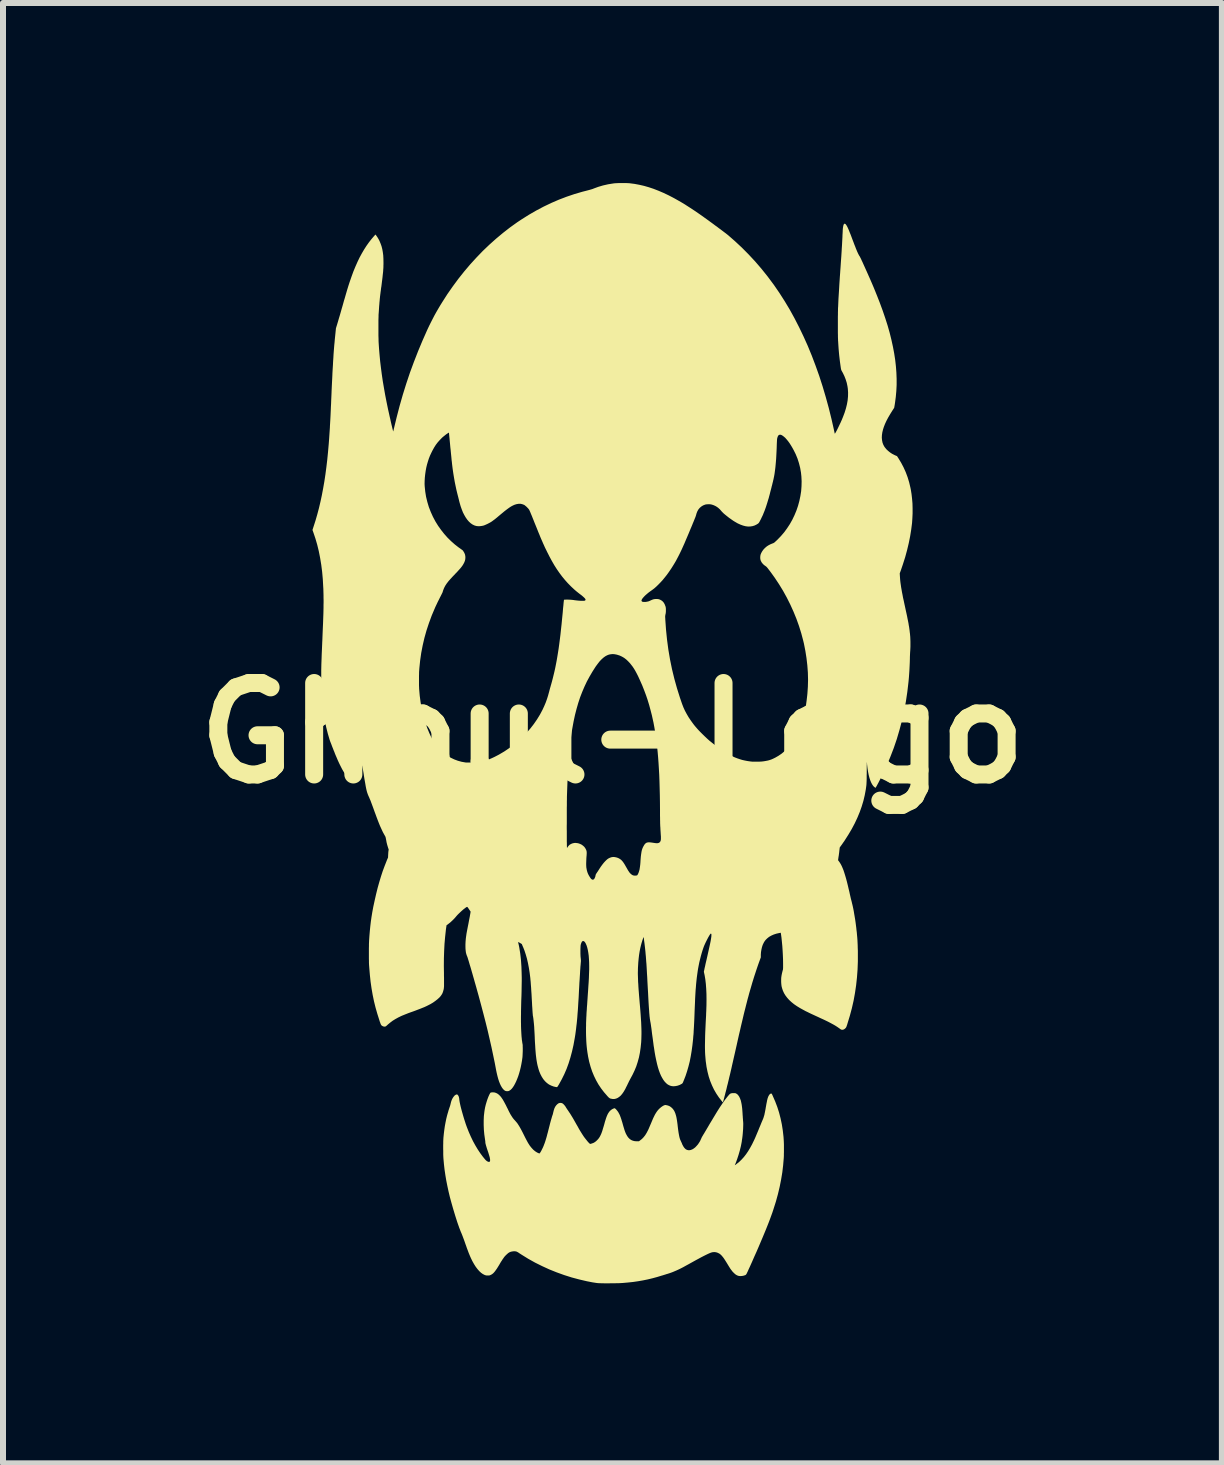
<source format=kicad_pcb>
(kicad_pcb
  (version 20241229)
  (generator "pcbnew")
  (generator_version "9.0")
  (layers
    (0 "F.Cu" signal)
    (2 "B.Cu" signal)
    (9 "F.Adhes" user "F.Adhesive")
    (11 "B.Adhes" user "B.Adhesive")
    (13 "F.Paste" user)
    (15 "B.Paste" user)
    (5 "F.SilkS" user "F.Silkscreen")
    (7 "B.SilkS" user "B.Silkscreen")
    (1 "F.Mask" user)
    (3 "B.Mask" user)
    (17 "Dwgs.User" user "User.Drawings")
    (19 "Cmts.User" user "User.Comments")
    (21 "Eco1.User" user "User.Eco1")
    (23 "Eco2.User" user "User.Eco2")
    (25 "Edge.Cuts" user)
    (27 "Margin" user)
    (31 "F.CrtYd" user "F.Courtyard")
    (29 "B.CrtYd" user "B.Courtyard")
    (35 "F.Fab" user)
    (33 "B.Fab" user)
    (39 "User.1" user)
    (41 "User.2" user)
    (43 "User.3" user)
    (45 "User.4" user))
  (footprint "Ghoul-Logo"
    (layer "F.Cu")
    (at 7.156 9.166)
    (property "Reference" "Ghoul-Logo" (at 0 0 0) (layer "F.SilkS") (effects (font (size 1.524 1.524) (thickness 0.3))))
    (attr board_only exclude_from_pos_files exclude_from_bom)
    (fp_poly (pts (xy -1.967 5.988) (xy -1.941 5.996) (xy -1.917 6.008) (xy -1.893 6.026) (xy -1.874 6.045) (xy -1.863 6.057) (xy -1.852 6.071) (xy -1.842 6.086) (xy -1.83 6.103) (xy -1.819 6.122) (xy -1.806 6.145) (xy -1.792 6.171) (xy -1.776 6.201) (xy -1.759 6.236) (xy -1.746 6.261) (xy -1.73 6.295) (xy -1.715 6.324) (xy -1.702 6.349) (xy -1.689 6.37) (xy -1.677 6.389) (xy -1.666 6.406) (xy -1.654 6.422) (xy -1.641 6.438) (xy -1.627 6.453) (xy -1.626 6.454) (xy -1.613 6.469) (xy -1.601 6.483) (xy -1.589 6.497) (xy -1.578 6.513) (xy -1.567 6.53) (xy -1.555 6.549) (xy -1.542 6.571) (xy -1.528 6.596) (xy -1.513 6.624) (xy -1.496 6.657) (xy -1.477 6.695) (xy -1.476 6.697) (xy -1.464 6.721) (xy -1.452 6.745) (xy -1.44 6.768) (xy -1.429 6.789) (xy -1.419 6.807) (xy -1.411 6.822) (xy -1.405 6.832) (xy -1.404 6.834) (xy -1.377 6.876) (xy -1.348 6.912) (xy -1.319 6.943) (xy -1.289 6.968) (xy -1.258 6.988) (xy -1.237 6.998) (xy -1.227 7.002) (xy -1.22 7.004) (xy -1.217 7.005) (xy -1.213 7.002) (xy -1.208 6.995) (xy -1.2 6.984) (xy -1.192 6.97) (xy -1.183 6.954) (xy -1.174 6.935) (xy -1.164 6.916) (xy -1.155 6.896) (xy -1.147 6.877) (xy -1.14 6.858) (xy -1.132 6.838) (xy -1.125 6.818) (xy -1.118 6.797) (xy -1.111 6.774) (xy -1.103 6.748) (xy -1.095 6.72) (xy -1.087 6.688) (xy -1.077 6.652) (xy -1.067 6.612) (xy -1.058 6.577) (xy -1.048 6.538) (xy -1.039 6.502) (xy -1.03 6.469) (xy -1.022 6.44) (xy -1.014 6.414) (xy -1.008 6.392) (xy -1.002 6.374) (xy -0.998 6.362) (xy -0.997 6.362) (xy -0.995 6.354) (xy -0.992 6.343) (xy -0.989 6.329) (xy -0.987 6.321) (xy -0.978 6.285) (xy -0.967 6.252) (xy -0.953 6.224) (xy -0.936 6.201) (xy -0.917 6.182) (xy -0.897 6.168) (xy -0.88 6.163) (xy -0.862 6.162) (xy -0.843 6.166) (xy -0.838 6.168) (xy -0.825 6.176) (xy -0.811 6.189) (xy -0.797 6.205) (xy -0.784 6.222) (xy -0.779 6.231) (xy -0.771 6.244) (xy -0.761 6.259) (xy -0.752 6.273) (xy -0.748 6.278) (xy -0.735 6.297) (xy -0.722 6.317) (xy -0.708 6.337) (xy -0.695 6.358) (xy -0.681 6.381) (xy -0.665 6.407) (xy -0.648 6.436) (xy -0.63 6.468) (xy -0.609 6.505) (xy -0.603 6.516) (xy -0.579 6.557) (xy -0.559 6.594) (xy -0.54 6.626) (xy -0.522 6.655) (xy -0.506 6.681) (xy -0.491 6.704) (xy -0.477 6.725) (xy -0.463 6.744) (xy -0.448 6.763) (xy -0.44 6.773) (xy -0.421 6.797) (xy -0.405 6.816) (xy -0.391 6.83) (xy -0.381 6.84) (xy -0.374 6.845) (xy -0.371 6.846) (xy -0.363 6.844) (xy -0.351 6.841) (xy -0.337 6.836) (xy -0.322 6.831) (xy -0.309 6.825) (xy -0.301 6.82) (xy -0.286 6.81) (xy -0.269 6.796) (xy -0.252 6.779) (xy -0.236 6.762) (xy -0.223 6.744) (xy -0.216 6.734) (xy -0.207 6.718) (xy -0.199 6.702) (xy -0.191 6.685) (xy -0.183 6.666) (xy -0.175 6.644) (xy -0.167 6.62) (xy -0.159 6.592) (xy -0.149 6.56) (xy -0.138 6.523) (xy -0.137 6.519) (xy -0.126 6.478) (xy -0.115 6.443) (xy -0.105 6.412) (xy -0.095 6.385) (xy -0.085 6.362) (xy -0.076 6.343) (xy -0.065 6.326) (xy -0.055 6.311) (xy -0.043 6.297) (xy -0.031 6.286) (xy -0.02 6.277) (xy -0.005 6.267) (xy 0.011 6.259) (xy 0.026 6.253) (xy 0.031 6.251) (xy 0.037 6.252) (xy 0.046 6.257) (xy 0.056 6.266) (xy 0.068 6.279) (xy 0.08 6.294) (xy 0.092 6.31) (xy 0.103 6.328) (xy 0.105 6.333) (xy 0.112 6.345) (xy 0.118 6.357) (xy 0.124 6.37) (xy 0.129 6.384) (xy 0.135 6.399) (xy 0.141 6.417) (xy 0.148 6.437) (xy 0.155 6.461) (xy 0.164 6.489) (xy 0.173 6.522) (xy 0.182 6.554) (xy 0.191 6.583) (xy 0.198 6.607) (xy 0.205 6.628) (xy 0.212 6.647) (xy 0.219 6.664) (xy 0.226 6.68) (xy 0.229 6.685) (xy 0.247 6.717) (xy 0.267 6.744) (xy 0.29 6.766) (xy 0.315 6.782) (xy 0.342 6.793) (xy 0.373 6.8) (xy 0.406 6.802) (xy 0.411 6.802) (xy 0.442 6.801) (xy 0.462 6.786) (xy 0.491 6.763) (xy 0.519 6.734) (xy 0.545 6.701) (xy 0.569 6.662) (xy 0.592 6.618) (xy 0.602 6.597) (xy 0.607 6.585) (xy 0.614 6.569) (xy 0.622 6.55) (xy 0.631 6.529) (xy 0.64 6.508) (xy 0.643 6.501) (xy 0.661 6.458) (xy 0.677 6.42) (xy 0.693 6.387) (xy 0.708 6.357) (xy 0.723 6.332) (xy 0.738 6.309) (xy 0.753 6.289) (xy 0.769 6.271) (xy 0.775 6.264) (xy 0.793 6.248) (xy 0.811 6.233) (xy 0.829 6.22) (xy 0.847 6.209) (xy 0.862 6.202) (xy 0.876 6.198) (xy 0.881 6.197) (xy 0.893 6.199) (xy 0.908 6.202) (xy 0.924 6.206) (xy 0.94 6.212) (xy 0.953 6.218) (xy 0.97 6.229) (xy 0.988 6.244) (xy 1.005 6.261) (xy 1.019 6.28) (xy 1.03 6.297) (xy 1.038 6.315) (xy 1.046 6.333) (xy 1.052 6.352) (xy 1.058 6.372) (xy 1.064 6.395) (xy 1.069 6.421) (xy 1.074 6.45) (xy 1.079 6.484) (xy 1.084 6.522) (xy 1.087 6.55) (xy 1.092 6.592) (xy 1.097 6.629) (xy 1.102 6.662) (xy 1.107 6.69) (xy 1.112 6.716) (xy 1.117 6.738) (xy 1.123 6.759) (xy 1.13 6.778) (xy 1.138 6.795) (xy 1.146 6.813) (xy 1.146 6.814) (xy 1.152 6.825) (xy 1.156 6.835) (xy 1.159 6.842) (xy 1.159 6.843) (xy 1.163 6.854) (xy 1.17 6.867) (xy 1.178 6.882) (xy 1.187 6.897) (xy 1.196 6.909) (xy 1.201 6.915) (xy 1.219 6.933) (xy 1.239 6.944) (xy 1.26 6.95) (xy 1.283 6.951) (xy 1.307 6.946) (xy 1.333 6.935) (xy 1.334 6.935) (xy 1.356 6.921) (xy 1.379 6.903) (xy 1.401 6.88) (xy 1.423 6.855) (xy 1.442 6.827) (xy 1.46 6.798) (xy 1.474 6.767) (xy 1.481 6.752) (xy 1.484 6.745) (xy 1.489 6.734) (xy 1.497 6.72) (xy 1.506 6.705) (xy 1.516 6.688) (xy 1.517 6.686) (xy 1.528 6.669) (xy 1.54 6.648) (xy 1.554 6.625) (xy 1.568 6.601) (xy 1.581 6.579) (xy 1.586 6.571) (xy 1.619 6.514) (xy 1.65 6.463) (xy 1.678 6.416) (xy 1.704 6.373) (xy 1.728 6.333) (xy 1.75 6.297) (xy 1.771 6.264) (xy 1.79 6.234) (xy 1.809 6.206) (xy 1.826 6.181) (xy 1.842 6.157) (xy 1.859 6.134) (xy 1.874 6.112) (xy 1.89 6.092) (xy 1.906 6.071) (xy 1.922 6.051) (xy 1.93 6.042) (xy 1.943 6.026) (xy 1.955 6.015) (xy 1.966 6.007) (xy 1.978 6.003) (xy 1.993 6) (xy 2.012 5.999) (xy 2.018 5.999) (xy 2.032 5.999) (xy 2.042 6) (xy 2.049 6.001) (xy 2.056 6.003) (xy 2.063 6.007) (xy 2.081 6.019) (xy 2.097 6.037) (xy 2.112 6.059) (xy 2.125 6.086) (xy 2.136 6.116) (xy 2.138 6.12) (xy 2.143 6.142) (xy 2.148 6.165) (xy 2.153 6.191) (xy 2.157 6.22) (xy 2.161 6.252) (xy 2.164 6.288) (xy 2.167 6.329) (xy 2.169 6.365) (xy 2.171 6.388) (xy 2.172 6.41) (xy 2.174 6.432) (xy 2.175 6.452) (xy 2.177 6.467) (xy 2.177 6.473) (xy 2.179 6.497) (xy 2.179 6.527) (xy 2.178 6.56) (xy 2.177 6.596) (xy 2.174 6.635) (xy 2.171 6.675) (xy 2.167 6.715) (xy 2.162 6.754) (xy 2.156 6.792) (xy 2.154 6.81) (xy 2.14 6.882) (xy 2.122 6.955) (xy 2.101 7.028) (xy 2.078 7.098) (xy 2.053 7.166) (xy 2.042 7.191) (xy 2.04 7.196) (xy 2.039 7.199) (xy 2.04 7.2) (xy 2.043 7.198) (xy 2.049 7.194) (xy 2.059 7.187) (xy 2.072 7.177) (xy 2.073 7.176) (xy 2.114 7.143) (xy 2.152 7.106) (xy 2.19 7.064) (xy 2.225 7.019) (xy 2.26 6.968) (xy 2.293 6.913) (xy 2.326 6.853) (xy 2.358 6.787) (xy 2.372 6.757) (xy 2.379 6.741) (xy 2.388 6.72) (xy 2.398 6.696) (xy 2.409 6.67) (xy 2.42 6.644) (xy 2.431 6.618) (xy 2.436 6.605) (xy 2.446 6.58) (xy 2.457 6.554) (xy 2.468 6.528) (xy 2.478 6.503) (xy 2.487 6.481) (xy 2.495 6.463) (xy 2.498 6.455) (xy 2.507 6.435) (xy 2.514 6.417) (xy 2.52 6.399) (xy 2.525 6.381) (xy 2.531 6.363) (xy 2.535 6.342) (xy 2.54 6.319) (xy 2.545 6.293) (xy 2.551 6.262) (xy 2.554 6.242) (xy 2.56 6.209) (xy 2.565 6.18) (xy 2.57 6.156) (xy 2.574 6.136) (xy 2.577 6.119) (xy 2.581 6.104) (xy 2.584 6.091) (xy 2.588 6.08) (xy 2.588 6.079) (xy 2.596 6.057) (xy 2.606 6.038) (xy 2.616 6.023) (xy 2.627 6.013) (xy 2.638 6.007) (xy 2.643 6.006) (xy 2.647 6.007) (xy 2.65 6.008) (xy 2.653 6.01) (xy 2.657 6.015) (xy 2.661 6.024) (xy 2.667 6.036) (xy 2.671 6.046) (xy 2.711 6.137) (xy 2.746 6.229) (xy 2.776 6.323) (xy 2.801 6.42) (xy 2.822 6.519) (xy 2.838 6.621) (xy 2.85 6.727) (xy 2.854 6.786) (xy 2.855 6.806) (xy 2.856 6.83) (xy 2.857 6.857) (xy 2.857 6.888) (xy 2.857 6.92) (xy 2.857 6.952) (xy 2.857 6.984) (xy 2.856 7.014) (xy 2.856 7.042) (xy 2.855 7.066) (xy 2.854 7.082) (xy 2.844 7.201) (xy 2.83 7.32) (xy 2.81 7.44) (xy 2.786 7.561) (xy 2.757 7.683) (xy 2.723 7.807) (xy 2.683 7.933) (xy 2.665 7.988) (xy 2.648 8.035) (xy 2.629 8.087) (xy 2.608 8.143) (xy 2.584 8.204) (xy 2.558 8.269) (xy 2.53 8.337) (xy 2.5 8.409) (xy 2.468 8.484) (xy 2.435 8.562) (xy 2.4 8.643) (xy 2.363 8.725) (xy 2.326 8.81) (xy 2.287 8.897) (xy 2.271 8.931) (xy 2.26 8.956) (xy 2.251 8.976) (xy 2.243 8.992) (xy 2.237 9.005) (xy 2.232 9.014) (xy 2.227 9.021) (xy 2.222 9.026) (xy 2.217 9.03) (xy 2.211 9.033) (xy 2.204 9.035) (xy 2.195 9.038) (xy 2.193 9.039) (xy 2.173 9.044) (xy 2.15 9.047) (xy 2.128 9.048) (xy 2.108 9.046) (xy 2.106 9.046) (xy 2.086 9.04) (xy 2.067 9.031) (xy 2.047 9.018) (xy 2.027 9) (xy 2.019 8.992) (xy 2.007 8.98) (xy 1.996 8.968) (xy 1.986 8.954) (xy 1.974 8.939) (xy 1.962 8.922) (xy 1.949 8.901) (xy 1.934 8.877) (xy 1.917 8.849) (xy 1.916 8.847) (xy 1.895 8.813) (xy 1.876 8.783) (xy 1.859 8.757) (xy 1.843 8.735) (xy 1.828 8.717) (xy 1.814 8.701) (xy 1.8 8.688) (xy 1.786 8.677) (xy 1.781 8.674) (xy 1.754 8.66) (xy 1.726 8.651) (xy 1.697 8.648) (xy 1.668 8.65) (xy 1.656 8.653) (xy 1.639 8.658) (xy 1.617 8.667) (xy 1.59 8.679) (xy 1.559 8.694) (xy 1.523 8.712) (xy 1.482 8.733) (xy 1.436 8.758) (xy 1.386 8.785) (xy 1.33 8.816) (xy 1.321 8.821) (xy 1.269 8.85) (xy 1.221 8.876) (xy 1.178 8.9) (xy 1.137 8.921) (xy 1.1 8.939) (xy 1.065 8.955) (xy 1.032 8.969) (xy 1.001 8.982) (xy 0.971 8.993) (xy 0.942 9.003) (xy 0.935 9.005) (xy 0.92 9.01) (xy 0.902 9.015) (xy 0.881 9.022) (xy 0.858 9.029) (xy 0.836 9.036) (xy 0.828 9.038) (xy 0.746 9.063) (xy 0.665 9.085) (xy 0.586 9.104) (xy 0.507 9.12) (xy 0.427 9.134) (xy 0.345 9.146) (xy 0.26 9.155) (xy 0.17 9.163) (xy 0.151 9.164) (xy 0.135 9.165) (xy 0.115 9.166) (xy 0.09 9.167) (xy 0.063 9.167) (xy 0.032 9.168) (xy 0.000389 9.168) (xy -0.032 9.168) (xy -0.065 9.169) (xy -0.097 9.169) (xy -0.127 9.169) (xy -0.155 9.168) (xy -0.179 9.168) (xy -0.2 9.167) (xy -0.211 9.167) (xy -0.233 9.166) (xy -0.255 9.164) (xy -0.278 9.161) (xy -0.303 9.157) (xy -0.33 9.153) (xy -0.361 9.147) (xy -0.396 9.14) (xy -0.423 9.135) (xy -0.551 9.105) (xy -0.679 9.071) (xy -0.805 9.031) (xy -0.93 8.986) (xy -1.052 8.937) (xy -1.172 8.882) (xy -1.289 8.824) (xy -1.402 8.761) (xy -1.512 8.693) (xy -1.554 8.666) (xy -1.571 8.654) (xy -1.586 8.646) (xy -1.598 8.64) (xy -1.61 8.637) (xy -1.623 8.635) (xy -1.637 8.635) (xy -1.65 8.635) (xy -1.673 8.638) (xy -1.695 8.643) (xy -1.715 8.651) (xy -1.735 8.663) (xy -1.755 8.68) (xy -1.773 8.697) (xy -1.785 8.709) (xy -1.796 8.721) (xy -1.807 8.735) (xy -1.818 8.751) (xy -1.831 8.769) (xy -1.844 8.79) (xy -1.86 8.814) (xy -1.877 8.843) (xy -1.886 8.859) (xy -1.907 8.893) (xy -1.925 8.922) (xy -1.942 8.946) (xy -1.957 8.967) (xy -1.971 8.984) (xy -1.985 8.999) (xy -1.998 9.01) (xy -2.012 9.02) (xy -2.026 9.027) (xy -2.036 9.032) (xy -2.044 9.035) (xy -2.051 9.037) (xy -2.06 9.038) (xy -2.072 9.038) (xy -2.078 9.038) (xy -2.093 9.038) (xy -2.104 9.037) (xy -2.113 9.035) (xy -2.122 9.032) (xy -2.129 9.03) (xy -2.16 9.014) (xy -2.19 8.993) (xy -2.22 8.965) (xy -2.249 8.932) (xy -2.278 8.894) (xy -2.306 8.85) (xy -2.334 8.8) (xy -2.343 8.782) (xy -2.356 8.755) (xy -2.369 8.727) (xy -2.382 8.696) (xy -2.396 8.662) (xy -2.41 8.624) (xy -2.426 8.582) (xy -2.442 8.535) (xy -2.449 8.517) (xy -2.462 8.479) (xy -2.474 8.445) (xy -2.485 8.416) (xy -2.495 8.389) (xy -2.504 8.366) (xy -2.513 8.343) (xy -2.522 8.322) (xy -2.531 8.301) (xy -2.533 8.296) (xy -2.538 8.282) (xy -2.545 8.264) (xy -2.554 8.242) (xy -2.562 8.218) (xy -2.571 8.193) (xy -2.58 8.167) (xy -2.586 8.15) (xy -2.621 8.04) (xy -2.653 7.934) (xy -2.682 7.832) (xy -2.709 7.733) (xy -2.732 7.637) (xy -2.752 7.544) (xy -2.77 7.453) (xy -2.785 7.363) (xy -2.798 7.275) (xy -2.808 7.187) (xy -2.816 7.099) (xy -2.817 7.087) (xy -2.818 7.07) (xy -2.819 7.048) (xy -2.82 7.022) (xy -2.82 6.993) (xy -2.82 6.962) (xy -2.821 6.931) (xy -2.821 6.898) (xy -2.821 6.867) (xy -2.82 6.836) (xy -2.82 6.808) (xy -2.819 6.783) (xy -2.818 6.762) (xy -2.817 6.746) (xy -2.817 6.744) (xy -2.81 6.674) (xy -2.802 6.609) (xy -2.793 6.547) (xy -2.782 6.488) (xy -2.77 6.429) (xy -2.76 6.388) (xy -2.754 6.365) (xy -2.747 6.34) (xy -2.739 6.314) (xy -2.732 6.288) (xy -2.724 6.264) (xy -2.717 6.243) (xy -2.712 6.229) (xy -2.707 6.214) (xy -2.702 6.197) (xy -2.698 6.181) (xy -2.697 6.176) (xy -2.69 6.147) (xy -2.681 6.12) (xy -2.67 6.095) (xy -2.657 6.073) (xy -2.643 6.054) (xy -2.629 6.038) (xy -2.614 6.028) (xy -2.6 6.022) (xy -2.598 6.022) (xy -2.592 6.021) (xy -2.586 6.023) (xy -2.581 6.027) (xy -2.577 6.031) (xy -2.569 6.042) (xy -2.563 6.054) (xy -2.558 6.071) (xy -2.554 6.091) (xy -2.553 6.103) (xy -2.55 6.127) (xy -2.545 6.155) (xy -2.538 6.188) (xy -2.53 6.223) (xy -2.52 6.262) (xy -2.509 6.303) (xy -2.497 6.345) (xy -2.485 6.387) (xy -2.472 6.43) (xy -2.458 6.473) (xy -2.445 6.514) (xy -2.431 6.553) (xy -2.425 6.569) (xy -2.394 6.648) (xy -2.36 6.725) (xy -2.324 6.8) (xy -2.285 6.871) (xy -2.245 6.938) (xy -2.203 7.001) (xy -2.16 7.059) (xy -2.124 7.103) (xy -2.109 7.119) (xy -2.093 7.132) (xy -2.079 7.14) (xy -2.065 7.145) (xy -2.054 7.145) (xy -2.046 7.141) (xy -2.043 7.138) (xy -2.041 7.134) (xy -2.04 7.127) (xy -2.039 7.117) (xy -2.039 7.113) (xy -2.04 7.102) (xy -2.042 7.09) (xy -2.044 7.076) (xy -2.048 7.06) (xy -2.054 7.04) (xy -2.061 7.017) (xy -2.069 6.99) (xy -2.08 6.958) (xy -2.081 6.955) (xy -2.092 6.923) (xy -2.1 6.896) (xy -2.107 6.873) (xy -2.112 6.854) (xy -2.116 6.839) (xy -2.118 6.826) (xy -2.119 6.815) (xy -2.119 6.814) (xy -2.119 6.805) (xy -2.121 6.791) (xy -2.123 6.776) (xy -2.125 6.763) (xy -2.136 6.686) (xy -2.143 6.608) (xy -2.146 6.531) (xy -2.146 6.455) (xy -2.143 6.382) (xy -2.135 6.312) (xy -2.13 6.278) (xy -2.122 6.235) (xy -2.111 6.19) (xy -2.098 6.146) (xy -2.084 6.103) (xy -2.069 6.063) (xy -2.053 6.027) (xy -2.043 6.008) (xy -2.038 5.999) (xy -2.033 5.993) (xy -2.027 5.99) (xy -2.019 5.988) (xy -2.008 5.987) (xy -1.994 5.986)) (stroke (width 0) (type solid)) (fill yes) (layer "F.SilkS"))
    (fp_poly (pts (xy 0.182 -9.166) (xy 0.21 -9.165) (xy 0.236 -9.165) (xy 0.259 -9.164) (xy 0.278 -9.163) (xy 0.287 -9.162) (xy 0.366 -9.152) (xy 0.446 -9.137) (xy 0.525 -9.119) (xy 0.605 -9.096) (xy 0.686 -9.069) (xy 0.768 -9.037) (xy 0.852 -9.001) (xy 0.938 -8.96) (xy 0.965 -8.946) (xy 1.028 -8.913) (xy 1.092 -8.877) (xy 1.158 -8.839) (xy 1.226 -8.797) (xy 1.296 -8.752) (xy 1.369 -8.704) (xy 1.445 -8.652) (xy 1.524 -8.596) (xy 1.598 -8.543) (xy 1.625 -8.523) (xy 1.654 -8.502) (xy 1.684 -8.48) (xy 1.713 -8.458) (xy 1.743 -8.437) (xy 1.771 -8.415) (xy 1.799 -8.395) (xy 1.825 -8.375) (xy 1.849 -8.357) (xy 1.87 -8.341) (xy 1.889 -8.327) (xy 1.904 -8.315) (xy 1.915 -8.306) (xy 1.921 -8.302) (xy 2.04 -8.198) (xy 2.156 -8.09) (xy 2.268 -7.977) (xy 2.377 -7.86) (xy 2.482 -7.738) (xy 2.583 -7.612) (xy 2.68 -7.482) (xy 2.691 -7.467) (xy 2.781 -7.336) (xy 2.868 -7.2) (xy 2.952 -7.06) (xy 3.032 -6.915) (xy 3.109 -6.765) (xy 3.183 -6.611) (xy 3.254 -6.453) (xy 3.321 -6.29) (xy 3.384 -6.124) (xy 3.445 -5.953) (xy 3.501 -5.779) (xy 3.554 -5.6) (xy 3.604 -5.418) (xy 3.65 -5.232) (xy 3.688 -5.064) (xy 3.692 -5.045) (xy 3.696 -5.027) (xy 3.699 -5.011) (xy 3.702 -5) (xy 3.704 -4.992) (xy 3.705 -4.989) (xy 3.706 -4.99) (xy 3.71 -4.995) (xy 3.716 -5.005) (xy 3.724 -5.018) (xy 3.733 -5.035) (xy 3.743 -5.054) (xy 3.754 -5.076) (xy 3.765 -5.099) (xy 3.777 -5.124) (xy 3.789 -5.149) (xy 3.801 -5.174) (xy 3.812 -5.199) (xy 3.823 -5.223) (xy 3.832 -5.246) (xy 3.84 -5.265) (xy 3.868 -5.339) (xy 3.89 -5.41) (xy 3.907 -5.479) (xy 3.919 -5.546) (xy 3.925 -5.612) (xy 3.926 -5.675) (xy 3.922 -5.737) (xy 3.916 -5.779) (xy 3.904 -5.836) (xy 3.886 -5.894) (xy 3.864 -5.95) (xy 3.837 -6.005) (xy 3.823 -6.03) (xy 3.818 -6.039) (xy 3.814 -6.047) (xy 3.811 -6.055) (xy 3.809 -6.065) (xy 3.806 -6.078) (xy 3.804 -6.092) (xy 3.797 -6.142) (xy 3.79 -6.192) (xy 3.784 -6.243) (xy 3.778 -6.295) (xy 3.773 -6.349) (xy 3.768 -6.406) (xy 3.764 -6.467) (xy 3.76 -6.532) (xy 3.759 -6.536) (xy 3.759 -6.553) (xy 3.758 -6.575) (xy 3.757 -6.602) (xy 3.757 -6.633) (xy 3.756 -6.667) (xy 3.756 -6.703) (xy 3.756 -6.742) (xy 3.756 -6.781) (xy 3.756 -6.822) (xy 3.756 -6.862) (xy 3.756 -6.902) (xy 3.756 -6.941) (xy 3.757 -6.977) (xy 3.757 -7.012) (xy 3.758 -7.043) (xy 3.758 -7.07) (xy 3.759 -7.093) (xy 3.76 -7.1) (xy 3.762 -7.147) (xy 3.764 -7.193) (xy 3.766 -7.239) (xy 3.769 -7.285) (xy 3.772 -7.332) (xy 3.775 -7.38) (xy 3.778 -7.431) (xy 3.781 -7.485) (xy 3.785 -7.543) (xy 3.789 -7.605) (xy 3.794 -7.671) (xy 3.796 -7.704) (xy 3.801 -7.771) (xy 3.805 -7.832) (xy 3.809 -7.889) (xy 3.813 -7.942) (xy 3.816 -7.99) (xy 3.819 -8.036) (xy 3.821 -8.078) (xy 3.824 -8.119) (xy 3.826 -8.157) (xy 3.828 -8.194) (xy 3.83 -8.231) (xy 3.832 -8.267) (xy 3.833 -8.303) (xy 3.834 -8.316) (xy 3.836 -8.352) (xy 3.837 -8.383) (xy 3.839 -8.408) (xy 3.842 -8.43) (xy 3.845 -8.447) (xy 3.848 -8.46) (xy 3.851 -8.471) (xy 3.856 -8.479) (xy 3.86 -8.484) (xy 3.863 -8.486) (xy 3.868 -8.489) (xy 3.873 -8.488) (xy 3.877 -8.486) (xy 3.884 -8.481) (xy 3.89 -8.474) (xy 3.897 -8.464) (xy 3.905 -8.452) (xy 3.913 -8.437) (xy 3.922 -8.418) (xy 3.932 -8.396) (xy 3.943 -8.37) (xy 3.955 -8.339) (xy 3.969 -8.305) (xy 3.984 -8.265) (xy 4 -8.222) (xy 4.017 -8.178) (xy 4.031 -8.14) (xy 4.045 -8.106) (xy 4.056 -8.076) (xy 4.067 -8.05) (xy 4.076 -8.028) (xy 4.085 -8.008) (xy 4.093 -7.991) (xy 4.1 -7.977) (xy 4.107 -7.964) (xy 4.113 -7.953) (xy 4.116 -7.949) (xy 4.12 -7.944) (xy 4.123 -7.938) (xy 4.126 -7.932) (xy 4.13 -7.924) (xy 4.135 -7.914) (xy 4.141 -7.903) (xy 4.147 -7.889) (xy 4.155 -7.871) (xy 4.165 -7.851) (xy 4.176 -7.826) (xy 4.189 -7.797) (xy 4.204 -7.764) (xy 4.212 -7.746) (xy 4.241 -7.682) (xy 4.267 -7.623) (xy 4.292 -7.567) (xy 4.315 -7.514) (xy 4.337 -7.463) (xy 4.358 -7.413) (xy 4.378 -7.364) (xy 4.398 -7.314) (xy 4.404 -7.3) (xy 4.456 -7.167) (xy 4.503 -7.039) (xy 4.546 -6.913) (xy 4.585 -6.791) (xy 4.619 -6.671) (xy 4.648 -6.554) (xy 4.673 -6.44) (xy 4.694 -6.329) (xy 4.711 -6.219) (xy 4.723 -6.112) (xy 4.731 -6.007) (xy 4.735 -5.903) (xy 4.735 -5.801) (xy 4.73 -5.701) (xy 4.721 -5.601) (xy 4.708 -5.503) (xy 4.702 -5.464) (xy 4.694 -5.42) (xy 4.666 -5.377) (xy 4.628 -5.316) (xy 4.594 -5.258) (xy 4.565 -5.203) (xy 4.541 -5.151) (xy 4.522 -5.102) (xy 4.509 -5.062) (xy 4.497 -5.013) (xy 4.49 -4.966) (xy 4.488 -4.922) (xy 4.492 -4.88) (xy 4.5 -4.84) (xy 4.514 -4.803) (xy 4.533 -4.769) (xy 4.543 -4.756) (xy 4.566 -4.728) (xy 4.594 -4.702) (xy 4.625 -4.677) (xy 4.66 -4.654) (xy 4.697 -4.635) (xy 4.718 -4.625) (xy 4.741 -4.616) (xy 4.764 -4.581) (xy 4.81 -4.505) (xy 4.851 -4.427) (xy 4.887 -4.347) (xy 4.918 -4.264) (xy 4.944 -4.178) (xy 4.965 -4.089) (xy 4.971 -4.06) (xy 4.983 -3.986) (xy 4.992 -3.908) (xy 4.999 -3.827) (xy 5.001 -3.744) (xy 5.001 -3.66) (xy 4.997 -3.576) (xy 4.992 -3.501) (xy 4.978 -3.391) (xy 4.96 -3.279) (xy 4.937 -3.165) (xy 4.909 -3.048) (xy 4.877 -2.93) (xy 4.839 -2.811) (xy 4.806 -2.714) (xy 4.787 -2.662) (xy 4.789 -2.625) (xy 4.791 -2.595) (xy 4.793 -2.564) (xy 4.796 -2.532) (xy 4.8 -2.5) (xy 4.805 -2.466) (xy 4.81 -2.43) (xy 4.817 -2.391) (xy 4.824 -2.35) (xy 4.833 -2.305) (xy 4.842 -2.256) (xy 4.854 -2.203) (xy 4.866 -2.146) (xy 4.876 -2.1) (xy 4.888 -2.044) (xy 4.899 -1.994) (xy 4.909 -1.948) (xy 4.917 -1.906) (xy 4.925 -1.867) (xy 4.932 -1.832) (xy 4.937 -1.799) (xy 4.943 -1.767) (xy 4.947 -1.738) (xy 4.951 -1.709) (xy 4.954 -1.68) (xy 4.958 -1.651) (xy 4.96 -1.624) (xy 4.962 -1.604) (xy 4.963 -1.58) (xy 4.964 -1.554) (xy 4.965 -1.526) (xy 4.965 -1.497) (xy 4.965 -1.469) (xy 4.965 -1.442) (xy 4.964 -1.417) (xy 4.963 -1.396) (xy 4.962 -1.379) (xy 4.962 -1.373) (xy 4.961 -1.364) (xy 4.96 -1.35) (xy 4.959 -1.332) (xy 4.958 -1.311) (xy 4.957 -1.288) (xy 4.956 -1.263) (xy 4.956 -1.243) (xy 4.954 -1.174) (xy 4.951 -1.109) (xy 4.948 -1.048) (xy 4.944 -0.989) (xy 4.94 -0.933) (xy 4.935 -0.877) (xy 4.932 -0.847) (xy 4.913 -0.685) (xy 4.889 -0.524) (xy 4.859 -0.366) (xy 4.824 -0.209) (xy 4.783 -0.054) (xy 4.738 0.099) (xy 4.687 0.249) (xy 4.63 0.397) (xy 4.569 0.543) (xy 4.503 0.686) (xy 4.488 0.716) (xy 4.478 0.737) (xy 4.467 0.759) (xy 4.455 0.781) (xy 4.443 0.804) (xy 4.432 0.826) (xy 4.421 0.846) (xy 4.411 0.865) (xy 4.402 0.882) (xy 4.394 0.895) (xy 4.389 0.904) (xy 4.386 0.91) (xy 4.385 0.91) (xy 4.381 0.91) (xy 4.374 0.907) (xy 4.366 0.9) (xy 4.356 0.892) (xy 4.347 0.882) (xy 4.344 0.879) (xy 4.326 0.853) (xy 4.31 0.822) (xy 4.295 0.785) (xy 4.281 0.743) (xy 4.269 0.696) (xy 4.259 0.645) (xy 4.25 0.588) (xy 4.243 0.527) (xy 4.241 0.502) (xy 4.24 0.492) (xy 4.239 0.486) (xy 4.239 0.484) (xy 4.239 0.485) (xy 4.238 0.492) (xy 4.238 0.503) (xy 4.238 0.52) (xy 4.238 0.528) (xy 4.237 0.544) (xy 4.237 0.564) (xy 4.237 0.588) (xy 4.237 0.615) (xy 4.237 0.643) (xy 4.237 0.672) (xy 4.236 0.701) (xy 4.236 0.702) (xy 4.236 0.736) (xy 4.236 0.766) (xy 4.235 0.792) (xy 4.234 0.815) (xy 4.233 0.836) (xy 4.232 0.856) (xy 4.23 0.876) (xy 4.227 0.898) (xy 4.224 0.921) (xy 4.22 0.947) (xy 4.203 1.038) (xy 4.181 1.13) (xy 4.153 1.223) (xy 4.12 1.316) (xy 4.081 1.41) (xy 4.037 1.504) (xy 3.987 1.598) (xy 3.932 1.691) (xy 3.874 1.782) (xy 3.862 1.801) (xy 3.848 1.82) (xy 3.835 1.839) (xy 3.824 1.855) (xy 3.814 1.869) (xy 3.81 1.874) (xy 3.787 1.906) (xy 3.782 1.948) (xy 3.78 1.964) (xy 3.778 1.985) (xy 3.775 2.007) (xy 3.772 2.03) (xy 3.769 2.052) (xy 3.768 2.054) (xy 3.759 2.118) (xy 3.775 2.139) (xy 3.79 2.161) (xy 3.805 2.186) (xy 3.82 2.215) (xy 3.834 2.247) (xy 3.849 2.284) (xy 3.863 2.326) (xy 3.877 2.371) (xy 3.892 2.422) (xy 3.907 2.478) (xy 3.922 2.539) (xy 3.929 2.569) (xy 3.935 2.595) (xy 3.942 2.623) (xy 3.949 2.653) (xy 3.955 2.682) (xy 3.961 2.708) (xy 3.964 2.721) (xy 3.969 2.743) (xy 3.974 2.765) (xy 3.98 2.787) (xy 3.985 2.806) (xy 3.989 2.822) (xy 3.99 2.828) (xy 3.997 2.856) (xy 4.005 2.89) (xy 4.013 2.928) (xy 4.021 2.969) (xy 4.028 3.013) (xy 4.036 3.059) (xy 4.044 3.107) (xy 4.051 3.155) (xy 4.057 3.202) (xy 4.063 3.249) (xy 4.065 3.271) (xy 4.071 3.32) (xy 4.075 3.365) (xy 4.079 3.408) (xy 4.082 3.45) (xy 4.084 3.491) (xy 4.086 3.534) (xy 4.087 3.579) (xy 4.089 3.628) (xy 4.089 3.666) (xy 4.089 3.804) (xy 4.084 3.94) (xy 4.074 4.072) (xy 4.06 4.202) (xy 4.041 4.331) (xy 4.018 4.458) (xy 3.989 4.585) (xy 3.955 4.712) (xy 3.917 4.836) (xy 3.911 4.857) (xy 3.905 4.874) (xy 3.901 4.886) (xy 3.897 4.896) (xy 3.893 4.903) (xy 3.89 4.909) (xy 3.886 4.913) (xy 3.883 4.917) (xy 3.867 4.931) (xy 3.85 4.94) (xy 3.832 4.944) (xy 3.825 4.943) (xy 3.817 4.942) (xy 3.809 4.94) (xy 3.801 4.935) (xy 3.791 4.928) (xy 3.789 4.926) (xy 3.766 4.91) (xy 3.743 4.894) (xy 3.718 4.878) (xy 3.691 4.862) (xy 3.662 4.846) (xy 3.63 4.829) (xy 3.594 4.81) (xy 3.555 4.791) (xy 3.511 4.77) (xy 3.462 4.748) (xy 3.433 4.734) (xy 3.387 4.713) (xy 3.346 4.694) (xy 3.309 4.677) (xy 3.276 4.661) (xy 3.246 4.646) (xy 3.218 4.633) (xy 3.193 4.619) (xy 3.187 4.616) (xy 3.127 4.583) (xy 3.073 4.55) (xy 3.025 4.517) (xy 2.982 4.482) (xy 2.944 4.447) (xy 2.911 4.41) (xy 2.883 4.373) (xy 2.859 4.334) (xy 2.84 4.293) (xy 2.826 4.251) (xy 2.818 4.22) (xy 2.816 4.206) (xy 2.814 4.188) (xy 2.812 4.166) (xy 2.811 4.143) (xy 2.811 4.12) (xy 2.811 4.098) (xy 2.812 4.079) (xy 2.813 4.068) (xy 2.818 4.035) (xy 2.825 4.001) (xy 2.833 3.968) (xy 2.836 3.957) (xy 2.838 3.95) (xy 2.84 3.944) (xy 2.841 3.937) (xy 2.842 3.93) (xy 2.842 3.922) (xy 2.843 3.911) (xy 2.843 3.897) (xy 2.843 3.879) (xy 2.843 3.857) (xy 2.843 3.84) (xy 2.842 3.768) (xy 2.839 3.695) (xy 2.835 3.621) (xy 2.83 3.547) (xy 2.823 3.476) (xy 2.816 3.407) (xy 2.808 3.349) (xy 2.804 3.327) (xy 2.782 3.331) (xy 2.732 3.342) (xy 2.686 3.357) (xy 2.646 3.375) (xy 2.609 3.396) (xy 2.578 3.421) (xy 2.55 3.449) (xy 2.527 3.481) (xy 2.509 3.517) (xy 2.503 3.53) (xy 2.491 3.567) (xy 2.482 3.607) (xy 2.475 3.649) (xy 2.472 3.691) (xy 2.472 3.705) (xy 2.472 3.737) (xy 2.45 3.797) (xy 2.44 3.824) (xy 2.429 3.855) (xy 2.417 3.89) (xy 2.404 3.928) (xy 2.391 3.967) (xy 2.378 4.007) (xy 2.365 4.046) (xy 2.353 4.084) (xy 2.342 4.12) (xy 2.332 4.152) (xy 2.329 4.162) (xy 2.316 4.207) (xy 2.303 4.252) (xy 2.29 4.296) (xy 2.277 4.341) (xy 2.265 4.387) (xy 2.252 4.433) (xy 2.24 4.481) (xy 2.227 4.531) (xy 2.214 4.583) (xy 2.2 4.637) (xy 2.186 4.694) (xy 2.172 4.754) (xy 2.157 4.817) (xy 2.141 4.884) (xy 2.125 4.955) (xy 2.107 5.031) (xy 2.089 5.111) (xy 2.07 5.197) (xy 2.057 5.254) (xy 2.042 5.321) (xy 2.028 5.382) (xy 2.015 5.439) (xy 2.003 5.492) (xy 1.992 5.54) (xy 1.982 5.586) (xy 1.972 5.628) (xy 1.963 5.668) (xy 1.954 5.705) (xy 1.945 5.741) (xy 1.937 5.776) (xy 1.929 5.809) (xy 1.921 5.843) (xy 1.912 5.876) (xy 1.904 5.91) (xy 1.902 5.919) (xy 1.896 5.944) (xy 1.889 5.97) (xy 1.882 5.996) (xy 1.876 6.022) (xy 1.869 6.047) (xy 1.863 6.071) (xy 1.857 6.093) (xy 1.852 6.112) (xy 1.847 6.129) (xy 1.844 6.141) (xy 1.841 6.15) (xy 1.84 6.153) (xy 1.84 6.153) (xy 1.838 6.151) (xy 1.833 6.146) (xy 1.826 6.138) (xy 1.822 6.133) (xy 1.774 6.072) (xy 1.731 6.008) (xy 1.692 5.941) (xy 1.659 5.872) (xy 1.629 5.799) (xy 1.604 5.723) (xy 1.584 5.644) (xy 1.567 5.56) (xy 1.559 5.501) (xy 1.554 5.467) (xy 1.551 5.432) (xy 1.548 5.397) (xy 1.545 5.36) (xy 1.543 5.323) (xy 1.542 5.283) (xy 1.541 5.241) (xy 1.541 5.197) (xy 1.542 5.15) (xy 1.543 5.099) (xy 1.544 5.044) (xy 1.546 4.985) (xy 1.549 4.921) (xy 1.552 4.852) (xy 1.554 4.811) (xy 1.556 4.776) (xy 1.558 4.739) (xy 1.56 4.702) (xy 1.561 4.664) (xy 1.563 4.628) (xy 1.564 4.594) (xy 1.565 4.564) (xy 1.566 4.539) (xy 1.566 4.536) (xy 1.567 4.439) (xy 1.566 4.347) (xy 1.562 4.261) (xy 1.556 4.18) (xy 1.547 4.103) (xy 1.535 4.032) (xy 1.531 4.015) (xy 1.523 3.976) (xy 1.533 3.929) (xy 1.535 3.917) (xy 1.539 3.901) (xy 1.544 3.88) (xy 1.549 3.855) (xy 1.555 3.828) (xy 1.562 3.799) (xy 1.569 3.769) (xy 1.576 3.738) (xy 1.578 3.73) (xy 1.589 3.68) (xy 1.599 3.635) (xy 1.608 3.595) (xy 1.616 3.559) (xy 1.623 3.527) (xy 1.629 3.499) (xy 1.634 3.475) (xy 1.638 3.453) (xy 1.641 3.433) (xy 1.644 3.415) (xy 1.646 3.4) (xy 1.648 3.385) (xy 1.648 3.377) (xy 1.649 3.361) (xy 1.648 3.35) (xy 1.644 3.343) (xy 1.639 3.341) (xy 1.639 3.341) (xy 1.634 3.344) (xy 1.628 3.352) (xy 1.619 3.364) (xy 1.61 3.38) (xy 1.599 3.398) (xy 1.588 3.419) (xy 1.576 3.442) (xy 1.564 3.466) (xy 1.552 3.49) (xy 1.541 3.514) (xy 1.53 3.538) (xy 1.521 3.561) (xy 1.515 3.578) (xy 1.501 3.619) (xy 1.487 3.665) (xy 1.473 3.715) (xy 1.46 3.767) (xy 1.447 3.82) (xy 1.436 3.875) (xy 1.426 3.928) (xy 1.42 3.966) (xy 1.415 4.002) (xy 1.41 4.038) (xy 1.405 4.075) (xy 1.401 4.112) (xy 1.397 4.15) (xy 1.393 4.19) (xy 1.39 4.232) (xy 1.386 4.276) (xy 1.383 4.324) (xy 1.38 4.375) (xy 1.377 4.43) (xy 1.375 4.489) (xy 1.372 4.554) (xy 1.369 4.623) (xy 1.369 4.624) (xy 1.367 4.682) (xy 1.365 4.734) (xy 1.363 4.782) (xy 1.361 4.825) (xy 1.359 4.864) (xy 1.357 4.901) (xy 1.355 4.934) (xy 1.353 4.965) (xy 1.352 4.994) (xy 1.35 5.022) (xy 1.347 5.049) (xy 1.345 5.076) (xy 1.343 5.102) (xy 1.332 5.202) (xy 1.319 5.297) (xy 1.304 5.387) (xy 1.287 5.474) (xy 1.266 5.556) (xy 1.243 5.636) (xy 1.218 5.712) (xy 1.189 5.786) (xy 1.184 5.797) (xy 1.178 5.813) (xy 1.173 5.824) (xy 1.169 5.831) (xy 1.165 5.836) (xy 1.161 5.84) (xy 1.156 5.844) (xy 1.152 5.846) (xy 1.12 5.863) (xy 1.086 5.875) (xy 1.052 5.882) (xy 1.021 5.885) (xy 0.99 5.883) (xy 0.963 5.876) (xy 0.938 5.865) (xy 0.913 5.85) (xy 0.893 5.832) (xy 0.87 5.808) (xy 0.849 5.78) (xy 0.829 5.747) (xy 0.809 5.71) (xy 0.791 5.668) (xy 0.774 5.622) (xy 0.758 5.571) (xy 0.743 5.514) (xy 0.729 5.452) (xy 0.715 5.385) (xy 0.703 5.317) (xy 0.7 5.297) (xy 0.697 5.277) (xy 0.694 5.257) (xy 0.691 5.237) (xy 0.687 5.215) (xy 0.684 5.192) (xy 0.681 5.167) (xy 0.677 5.138) (xy 0.673 5.106) (xy 0.668 5.07) (xy 0.662 5.028) (xy 0.661 5.021) (xy 0.656 4.981) (xy 0.652 4.946) (xy 0.648 4.916) (xy 0.644 4.89) (xy 0.641 4.868) (xy 0.638 4.848) (xy 0.635 4.83) (xy 0.632 4.814) (xy 0.629 4.799) (xy 0.628 4.792) (xy 0.626 4.779) (xy 0.623 4.762) (xy 0.621 4.742) (xy 0.618 4.719) (xy 0.616 4.693) (xy 0.613 4.662) (xy 0.611 4.628) (xy 0.608 4.59) (xy 0.605 4.547) (xy 0.602 4.499) (xy 0.599 4.447) (xy 0.596 4.39) (xy 0.593 4.327) (xy 0.589 4.259) (xy 0.586 4.206) (xy 0.582 4.134) (xy 0.579 4.068) (xy 0.575 4.007) (xy 0.572 3.95) (xy 0.569 3.897) (xy 0.566 3.848) (xy 0.562 3.802) (xy 0.559 3.759) (xy 0.556 3.718) (xy 0.552 3.679) (xy 0.549 3.641) (xy 0.545 3.604) (xy 0.541 3.568) (xy 0.537 3.534) (xy 0.533 3.5) (xy 0.529 3.472) (xy 0.526 3.448) (xy 0.524 3.43) (xy 0.522 3.416) (xy 0.52 3.407) (xy 0.519 3.402) (xy 0.518 3.4) (xy 0.518 3.4) (xy 0.516 3.403) (xy 0.513 3.411) (xy 0.509 3.423) (xy 0.504 3.438) (xy 0.498 3.454) (xy 0.493 3.472) (xy 0.487 3.491) (xy 0.482 3.508) (xy 0.478 3.524) (xy 0.476 3.53) (xy 0.463 3.585) (xy 0.452 3.641) (xy 0.443 3.698) (xy 0.436 3.758) (xy 0.43 3.822) (xy 0.426 3.891) (xy 0.425 3.905) (xy 0.424 3.932) (xy 0.424 3.959) (xy 0.423 3.987) (xy 0.423 4.015) (xy 0.424 4.045) (xy 0.425 4.076) (xy 0.426 4.109) (xy 0.427 4.145) (xy 0.43 4.183) (xy 0.432 4.225) (xy 0.435 4.27) (xy 0.439 4.319) (xy 0.443 4.372) (xy 0.448 4.43) (xy 0.453 4.492) (xy 0.459 4.559) (xy 0.465 4.632) (xy 0.47 4.699) (xy 0.474 4.761) (xy 0.478 4.819) (xy 0.48 4.874) (xy 0.482 4.924) (xy 0.483 4.972) (xy 0.483 5.016) (xy 0.482 5.059) (xy 0.481 5.1) (xy 0.479 5.139) (xy 0.478 5.155) (xy 0.469 5.243) (xy 0.457 5.326) (xy 0.441 5.405) (xy 0.42 5.481) (xy 0.396 5.555) (xy 0.367 5.625) (xy 0.334 5.694) (xy 0.31 5.738) (xy 0.303 5.751) (xy 0.294 5.768) (xy 0.284 5.787) (xy 0.273 5.808) (xy 0.263 5.83) (xy 0.256 5.843) (xy 0.247 5.863) (xy 0.237 5.883) (xy 0.227 5.902) (xy 0.219 5.919) (xy 0.212 5.933) (xy 0.208 5.94) (xy 0.185 5.979) (xy 0.161 6.013) (xy 0.137 6.041) (xy 0.111 6.063) (xy 0.085 6.08) (xy 0.059 6.091) (xy 0.031 6.097) (xy 0.003 6.097) (xy -0.01 6.095) (xy -0.024 6.092) (xy -0.034 6.09) (xy -0.044 6.086) (xy -0.052 6.08) (xy -0.062 6.073) (xy -0.072 6.062) (xy -0.086 6.048) (xy -0.087 6.046) (xy -0.141 5.984) (xy -0.19 5.92) (xy -0.234 5.854) (xy -0.273 5.785) (xy -0.308 5.713) (xy -0.339 5.638) (xy -0.365 5.56) (xy -0.388 5.477) (xy -0.406 5.391) (xy -0.418 5.317) (xy -0.424 5.272) (xy -0.429 5.228) (xy -0.433 5.184) (xy -0.436 5.139) (xy -0.438 5.092) (xy -0.44 5.042) (xy -0.441 4.988) (xy -0.441 4.954) (xy -0.441 4.927) (xy -0.441 4.903) (xy -0.44 4.879) (xy -0.44 4.856) (xy -0.44 4.833) (xy -0.439 4.81) (xy -0.438 4.787) (xy -0.437 4.762) (xy -0.436 4.736) (xy -0.434 4.708) (xy -0.433 4.678) (xy -0.431 4.644) (xy -0.428 4.608) (xy -0.426 4.567) (xy -0.422 4.522) (xy -0.419 4.473) (xy -0.415 4.418) (xy -0.414 4.401) (xy -0.41 4.342) (xy -0.406 4.288) (xy -0.403 4.239) (xy -0.4 4.194) (xy -0.397 4.153) (xy -0.395 4.116) (xy -0.393 4.081) (xy -0.392 4.05) (xy -0.391 4.02) (xy -0.39 3.993) (xy -0.389 3.966) (xy -0.388 3.94) (xy -0.388 3.915) (xy -0.388 3.89) (xy -0.388 3.883) (xy -0.389 3.821) (xy -0.392 3.763) (xy -0.396 3.708) (xy -0.403 3.658) (xy -0.411 3.613) (xy -0.421 3.572) (xy -0.432 3.537) (xy -0.446 3.506) (xy -0.446 3.505) (xy -0.457 3.487) (xy -0.468 3.474) (xy -0.478 3.467) (xy -0.488 3.465) (xy -0.498 3.467) (xy -0.507 3.473) (xy -0.514 3.485) (xy -0.521 3.501) (xy -0.528 3.523) (xy -0.529 3.527) (xy -0.531 3.539) (xy -0.532 3.555) (xy -0.533 3.576) (xy -0.534 3.599) (xy -0.534 3.624) (xy -0.534 3.65) (xy -0.534 3.676) (xy -0.533 3.7) (xy -0.532 3.723) (xy -0.53 3.743) (xy -0.529 3.751) (xy -0.527 3.771) (xy -0.526 3.786) (xy -0.526 3.801) (xy -0.527 3.814) (xy -0.529 3.836) (xy -0.531 3.862) (xy -0.534 3.891) (xy -0.536 3.925) (xy -0.539 3.963) (xy -0.541 4.005) (xy -0.544 4.052) (xy -0.547 4.103) (xy -0.551 4.16) (xy -0.554 4.221) (xy -0.558 4.289) (xy -0.56 4.333) (xy -0.564 4.412) (xy -0.569 4.485) (xy -0.573 4.554) (xy -0.577 4.617) (xy -0.582 4.677) (xy -0.586 4.734) (xy -0.591 4.787) (xy -0.596 4.838) (xy -0.602 4.886) (xy -0.607 4.932) (xy -0.613 4.978) (xy -0.619 5.022) (xy -0.626 5.066) (xy -0.63 5.089) (xy -0.65 5.199) (xy -0.674 5.305) (xy -0.701 5.406) (xy -0.731 5.503) (xy -0.765 5.596) (xy -0.803 5.684) (xy -0.844 5.767) (xy -0.888 5.847) (xy -0.892 5.854) (xy -0.902 5.87) (xy -0.909 5.882) (xy -0.915 5.89) (xy -0.919 5.895) (xy -0.923 5.898) (xy -0.927 5.899) (xy -0.932 5.899) (xy -0.938 5.898) (xy -0.939 5.898) (xy -0.95 5.896) (xy -0.964 5.893) (xy -0.978 5.889) (xy -0.981 5.889) (xy -1.021 5.874) (xy -1.059 5.855) (xy -1.093 5.83) (xy -1.124 5.801) (xy -1.153 5.766) (xy -1.178 5.727) (xy -1.201 5.683) (xy -1.221 5.634) (xy -1.223 5.628) (xy -1.232 5.599) (xy -1.24 5.57) (xy -1.248 5.54) (xy -1.255 5.508) (xy -1.261 5.475) (xy -1.267 5.439) (xy -1.272 5.4) (xy -1.277 5.358) (xy -1.281 5.312) (xy -1.285 5.262) (xy -1.288 5.208) (xy -1.292 5.149) (xy -1.295 5.084) (xy -1.295 5.077) (xy -1.297 5.033) (xy -1.299 4.995) (xy -1.301 4.96) (xy -1.303 4.93) (xy -1.304 4.903) (xy -1.306 4.878) (xy -1.308 4.855) (xy -1.31 4.833) (xy -1.31 4.833) (xy -1.312 4.815) (xy -1.314 4.796) (xy -1.316 4.778) (xy -1.318 4.76) (xy -1.32 4.745) (xy -1.322 4.733) (xy -1.323 4.724) (xy -1.324 4.721) (xy -1.325 4.716) (xy -1.327 4.707) (xy -1.328 4.691) (xy -1.33 4.67) (xy -1.332 4.644) (xy -1.334 4.613) (xy -1.336 4.578) (xy -1.339 4.537) (xy -1.341 4.492) (xy -1.344 4.442) (xy -1.346 4.406) (xy -1.349 4.348) (xy -1.353 4.293) (xy -1.356 4.24) (xy -1.36 4.192) (xy -1.363 4.147) (xy -1.367 4.108) (xy -1.369 4.083) (xy -1.38 3.995) (xy -1.393 3.912) (xy -1.408 3.833) (xy -1.425 3.759) (xy -1.445 3.689) (xy -1.467 3.622) (xy -1.492 3.559) (xy -1.493 3.559) (xy -1.511 3.515) (xy -1.541 3.497) (xy -1.552 3.491) (xy -1.562 3.485) (xy -1.568 3.482) (xy -1.571 3.481) (xy -1.571 3.481) (xy -1.571 3.484) (xy -1.57 3.491) (xy -1.568 3.503) (xy -1.565 3.517) (xy -1.563 3.523) (xy -1.553 3.573) (xy -1.545 3.623) (xy -1.537 3.674) (xy -1.531 3.726) (xy -1.525 3.78) (xy -1.521 3.837) (xy -1.517 3.898) (xy -1.515 3.964) (xy -1.514 3.99) (xy -1.513 4.031) (xy -1.512 4.077) (xy -1.512 4.128) (xy -1.513 4.185) (xy -1.514 4.246) (xy -1.515 4.313) (xy -1.517 4.385) (xy -1.52 4.458) (xy -1.521 4.5) (xy -1.522 4.545) (xy -1.523 4.59) (xy -1.524 4.637) (xy -1.524 4.682) (xy -1.525 4.727) (xy -1.525 4.77) (xy -1.525 4.81) (xy -1.524 4.847) (xy -1.524 4.88) (xy -1.523 4.908) (xy -1.523 4.915) (xy -1.521 4.958) (xy -1.519 4.995) (xy -1.517 5.029) (xy -1.515 5.059) (xy -1.512 5.086) (xy -1.51 5.111) (xy -1.506 5.135) (xy -1.503 5.158) (xy -1.499 5.18) (xy -1.497 5.19) (xy -1.496 5.206) (xy -1.496 5.225) (xy -1.495 5.247) (xy -1.495 5.271) (xy -1.495 5.297) (xy -1.496 5.322) (xy -1.497 5.346) (xy -1.498 5.368) (xy -1.499 5.387) (xy -1.5 5.401) (xy -1.508 5.459) (xy -1.518 5.515) (xy -1.529 5.569) (xy -1.542 5.622) (xy -1.556 5.672) (xy -1.571 5.719) (xy -1.588 5.763) (xy -1.605 5.804) (xy -1.623 5.841) (xy -1.641 5.874) (xy -1.66 5.903) (xy -1.679 5.927) (xy -1.699 5.946) (xy -1.719 5.959) (xy -1.722 5.961) (xy -1.737 5.966) (xy -1.755 5.967) (xy -1.772 5.966) (xy -1.787 5.961) (xy -1.788 5.961) (xy -1.807 5.948) (xy -1.825 5.929) (xy -1.842 5.906) (xy -1.859 5.877) (xy -1.875 5.843) (xy -1.89 5.805) (xy -1.904 5.762) (xy -1.917 5.714) (xy -1.929 5.663) (xy -1.937 5.626) (xy -1.961 5.498) (xy -1.988 5.368) (xy -2.016 5.235) (xy -2.047 5.099) (xy -2.079 4.96) (xy -2.114 4.818) (xy -2.152 4.671) (xy -2.192 4.52) (xy -2.234 4.364) (xy -2.235 4.361) (xy -2.247 4.318) (xy -2.259 4.275) (xy -2.271 4.231) (xy -2.284 4.186) (xy -2.297 4.141) (xy -2.309 4.097) (xy -2.322 4.053) (xy -2.334 4.01) (xy -2.346 3.969) (xy -2.357 3.93) (xy -2.368 3.893) (xy -2.379 3.858) (xy -2.388 3.827) (xy -2.396 3.799) (xy -2.404 3.774) (xy -2.41 3.754) (xy -2.415 3.738) (xy -2.419 3.727) (xy -2.421 3.722) (xy -2.43 3.7) (xy -2.437 3.677) (xy -2.443 3.652) (xy -2.446 3.626) (xy -2.449 3.596) (xy -2.45 3.562) (xy -2.45 3.543) (xy -2.45 3.519) (xy -2.449 3.497) (xy -2.448 3.474) (xy -2.446 3.451) (xy -2.444 3.427) (xy -2.441 3.402) (xy -2.437 3.375) (xy -2.433 3.345) (xy -2.427 3.312) (xy -2.42 3.275) (xy -2.412 3.234) (xy -2.403 3.189) (xy -2.398 3.163) (xy -2.393 3.136) (xy -2.388 3.109) (xy -2.383 3.084) (xy -2.378 3.06) (xy -2.375 3.04) (xy -2.372 3.024) (xy -2.37 3.012) (xy -2.369 3.008) (xy -2.364 2.975) (xy -2.39 2.936) (xy -2.401 2.92) (xy -2.409 2.908) (xy -2.415 2.901) (xy -2.42 2.897) (xy -2.422 2.896) (xy -2.429 2.898) (xy -2.44 2.904) (xy -2.453 2.914) (xy -2.469 2.926) (xy -2.487 2.94) (xy -2.505 2.956) (xy -2.525 2.974) (xy -2.544 2.992) (xy -2.564 3.011) (xy -2.582 3.029) (xy -2.599 3.048) (xy -2.609 3.06) (xy -2.638 3.093) (xy -2.666 3.121) (xy -2.694 3.147) (xy -2.696 3.149) (xy -2.709 3.16) (xy -2.722 3.17) (xy -2.735 3.18) (xy -2.746 3.189) (xy -2.755 3.195) (xy -2.761 3.199) (xy -2.762 3.199) (xy -2.763 3.2) (xy -2.765 3.203) (xy -2.766 3.208) (xy -2.767 3.216) (xy -2.769 3.227) (xy -2.771 3.242) (xy -2.774 3.262) (xy -2.777 3.286) (xy -2.777 3.288) (xy -2.789 3.398) (xy -2.799 3.512) (xy -2.805 3.63) (xy -2.809 3.753) (xy -2.81 3.879) (xy -2.809 3.948) (xy -2.808 3.996) (xy -2.808 4.039) (xy -2.807 4.076) (xy -2.807 4.109) (xy -2.807 4.138) (xy -2.807 4.163) (xy -2.807 4.184) (xy -2.807 4.203) (xy -2.807 4.218) (xy -2.808 4.231) (xy -2.809 4.242) (xy -2.81 4.251) (xy -2.811 4.259) (xy -2.812 4.266) (xy -2.813 4.27) (xy -2.822 4.304) (xy -2.833 4.335) (xy -2.848 4.361) (xy -2.866 4.386) (xy -2.884 4.406) (xy -2.917 4.436) (xy -2.953 4.464) (xy -2.991 4.491) (xy -3.033 4.516) (xy -3.08 4.54) (xy -3.104 4.552) (xy -3.12 4.559) (xy -3.137 4.567) (xy -3.155 4.574) (xy -3.175 4.582) (xy -3.197 4.591) (xy -3.223 4.601) (xy -3.252 4.612) (xy -3.286 4.625) (xy -3.324 4.639) (xy -3.364 4.653) (xy -3.4 4.666) (xy -3.43 4.678) (xy -3.458 4.689) (xy -3.482 4.699) (xy -3.505 4.708) (xy -3.525 4.717) (xy -3.545 4.727) (xy -3.564 4.736) (xy -3.57 4.739) (xy -3.617 4.765) (xy -3.661 4.792) (xy -3.701 4.822) (xy -3.74 4.854) (xy -3.752 4.865) (xy -3.765 4.877) (xy -3.775 4.884) (xy -3.783 4.889) (xy -3.788 4.891) (xy -3.806 4.891) (xy -3.824 4.886) (xy -3.841 4.877) (xy -3.85 4.869) (xy -3.853 4.865) (xy -3.856 4.861) (xy -3.859 4.855) (xy -3.863 4.847) (xy -3.867 4.836) (xy -3.872 4.821) (xy -3.879 4.803) (xy -3.885 4.783) (xy -3.918 4.679) (xy -3.948 4.574) (xy -3.974 4.469) (xy -3.996 4.362) (xy -4.015 4.253) (xy -4.031 4.141) (xy -4.043 4.026) (xy -4.053 3.907) (xy -4.056 3.867) (xy -4.057 3.847) (xy -4.058 3.822) (xy -4.058 3.794) (xy -4.059 3.761) (xy -4.059 3.727) (xy -4.059 3.691) (xy -4.059 3.654) (xy -4.059 3.618) (xy -4.059 3.583) (xy -4.058 3.55) (xy -4.058 3.519) (xy -4.057 3.492) (xy -4.056 3.47) (xy -4.056 3.463) (xy -4.05 3.376) (xy -4.043 3.293) (xy -4.035 3.214) (xy -4.026 3.138) (xy -4.015 3.062) (xy -4.003 2.988) (xy -3.989 2.912) (xy -3.986 2.896) (xy -3.962 2.785) (xy -3.938 2.68) (xy -3.913 2.579) (xy -3.886 2.483) (xy -3.858 2.39) (xy -3.829 2.301) (xy -3.797 2.215) (xy -3.764 2.131) (xy -3.758 2.115) (xy -3.74 2.074) (xy -3.738 2.032) (xy -3.737 2.014) (xy -3.736 1.996) (xy -3.735 1.98) (xy -3.733 1.967) (xy -3.733 1.965) (xy -3.729 1.941) (xy -3.74 1.908) (xy -3.753 1.865) (xy -3.764 1.822) (xy -3.772 1.777) (xy -3.773 1.772) (xy -3.776 1.756) (xy -3.779 1.743) (xy -3.781 1.734) (xy -3.784 1.725) (xy -3.789 1.717) (xy -3.794 1.707) (xy -3.795 1.706) (xy -3.81 1.679) (xy -3.826 1.65) (xy -3.841 1.618) (xy -3.857 1.583) (xy -3.873 1.548) (xy -0.762 1.548) (xy -0.762 1.592) (xy -0.761 1.634) (xy -0.761 1.675) (xy -0.761 1.713) (xy -0.761 1.748) (xy -0.761 1.78) (xy -0.761 1.808) (xy -0.76 1.832) (xy -0.76 1.851) (xy -0.76 1.866) (xy -0.76 1.869) (xy -0.758 1.916) (xy -0.749 1.901) (xy -0.733 1.88) (xy -0.714 1.861) (xy -0.69 1.847) (xy -0.665 1.837) (xy -0.637 1.831) (xy -0.608 1.83) (xy -0.606 1.831) (xy -0.574 1.835) (xy -0.544 1.845) (xy -0.516 1.858) (xy -0.491 1.876) (xy -0.469 1.896) (xy -0.452 1.92) (xy -0.439 1.945) (xy -0.438 1.947) (xy -0.434 1.959) (xy -0.431 1.971) (xy -0.43 1.983) (xy -0.429 1.998) (xy -0.43 2.015) (xy -0.431 2.037) (xy -0.433 2.058) (xy -0.435 2.085) (xy -0.436 2.113) (xy -0.437 2.141) (xy -0.438 2.169) (xy -0.438 2.194) (xy -0.437 2.217) (xy -0.436 2.237) (xy -0.434 2.248) (xy -0.428 2.282) (xy -0.419 2.315) (xy -0.408 2.344) (xy -0.404 2.352) (xy -0.396 2.368) (xy -0.386 2.385) (xy -0.376 2.401) (xy -0.367 2.415) (xy -0.358 2.426) (xy -0.353 2.431) (xy -0.341 2.44) (xy -0.329 2.443) (xy -0.317 2.44) (xy -0.31 2.436) (xy -0.301 2.425) (xy -0.293 2.409) (xy -0.286 2.391) (xy -0.283 2.376) (xy -0.281 2.365) (xy -0.278 2.356) (xy -0.273 2.346) (xy -0.266 2.335) (xy -0.263 2.332) (xy -0.257 2.321) (xy -0.247 2.308) (xy -0.237 2.292) (xy -0.226 2.275) (xy -0.218 2.262) (xy -0.192 2.223) (xy -0.167 2.189) (xy -0.144 2.16) (xy -0.122 2.136) (xy -0.101 2.115) (xy -0.081 2.098) (xy -0.06 2.085) (xy -0.04 2.076) (xy -0.019 2.069) (xy -0.015 2.068) (xy 0.011 2.064) (xy 0.038 2.066) (xy 0.067 2.072) (xy 0.094 2.081) (xy 0.12 2.095) (xy 0.143 2.111) (xy 0.15 2.118) (xy 0.159 2.128) (xy 0.168 2.138) (xy 0.177 2.149) (xy 0.186 2.163) (xy 0.197 2.179) (xy 0.209 2.199) (xy 0.222 2.222) (xy 0.23 2.236) (xy 0.244 2.26) (xy 0.255 2.28) (xy 0.265 2.296) (xy 0.274 2.309) (xy 0.281 2.319) (xy 0.288 2.329) (xy 0.296 2.337) (xy 0.301 2.342) (xy 0.321 2.359) (xy 0.341 2.37) (xy 0.363 2.375) (xy 0.386 2.375) (xy 0.397 2.374) (xy 0.406 2.371) (xy 0.412 2.369) (xy 0.416 2.365) (xy 0.42 2.358) (xy 0.423 2.352) (xy 0.432 2.334) (xy 0.439 2.315) (xy 0.445 2.295) (xy 0.451 2.273) (xy 0.455 2.248) (xy 0.459 2.22) (xy 0.463 2.188) (xy 0.466 2.151) (xy 0.467 2.129) (xy 0.47 2.088) (xy 0.473 2.053) (xy 0.477 2.022) (xy 0.481 1.995) (xy 0.485 1.971) (xy 0.49 1.95) (xy 0.496 1.931) (xy 0.503 1.913) (xy 0.511 1.896) (xy 0.517 1.885) (xy 0.528 1.866) (xy 0.539 1.85) (xy 0.551 1.838) (xy 0.563 1.829) (xy 0.578 1.824) (xy 0.594 1.82) (xy 0.614 1.82) (xy 0.638 1.822) (xy 0.666 1.826) (xy 0.686 1.829) (xy 0.713 1.833) (xy 0.736 1.835) (xy 0.755 1.834) (xy 0.77 1.83) (xy 0.782 1.824) (xy 0.791 1.814) (xy 0.792 1.814) (xy 0.797 1.806) (xy 0.801 1.798) (xy 0.804 1.788) (xy 0.806 1.777) (xy 0.807 1.762) (xy 0.807 1.744) (xy 0.807 1.723) (xy 0.805 1.697) (xy 0.803 1.666) (xy 0.803 1.664) (xy 0.801 1.633) (xy 0.799 1.603) (xy 0.798 1.576) (xy 0.796 1.55) (xy 0.795 1.524) (xy 0.794 1.498) (xy 0.794 1.471) (xy 0.793 1.442) (xy 0.793 1.411) (xy 0.792 1.376) (xy 0.792 1.337) (xy 0.792 1.294) (xy 0.792 1.275) (xy 0.791 1.148) (xy 0.789 1.026) (xy 0.786 0.91) (xy 0.783 0.799) (xy 0.779 0.692) (xy 0.773 0.589) (xy 0.767 0.491) (xy 0.76 0.397) (xy 0.752 0.306) (xy 0.743 0.219) (xy 0.733 0.135) (xy 0.722 0.053) (xy 0.71 -0.026) (xy 0.697 -0.102) (xy 0.683 -0.177) (xy 0.667 -0.249) (xy 0.657 -0.295) (xy 0.634 -0.384) (xy 0.611 -0.469) (xy 0.586 -0.551) (xy 0.559 -0.631) (xy 0.529 -0.711) (xy 0.497 -0.792) (xy 0.46 -0.876) (xy 0.449 -0.9) (xy 0.426 -0.95) (xy 0.403 -0.995) (xy 0.381 -1.036) (xy 0.359 -1.073) (xy 0.337 -1.106) (xy 0.314 -1.136) (xy 0.291 -1.165) (xy 0.266 -1.191) (xy 0.264 -1.194) (xy 0.23 -1.226) (xy 0.195 -1.253) (xy 0.159 -1.274) (xy 0.121 -1.292) (xy 0.08 -1.305) (xy 0.073 -1.307) (xy 0.038 -1.314) (xy 0.005 -1.317) (xy -0.028 -1.314) (xy -0.059 -1.308) (xy -0.09 -1.296) (xy -0.121 -1.279) (xy -0.151 -1.257) (xy -0.181 -1.23) (xy -0.212 -1.198) (xy -0.242 -1.16) (xy -0.274 -1.117) (xy -0.283 -1.104) (xy -0.334 -1.024) (xy -0.382 -0.942) (xy -0.427 -0.859) (xy -0.467 -0.774) (xy -0.504 -0.687) (xy -0.539 -0.597) (xy -0.57 -0.503) (xy -0.598 -0.406) (xy -0.624 -0.305) (xy -0.647 -0.199) (xy -0.658 -0.139) (xy -0.673 -0.056) (xy -0.686 0.033) (xy -0.698 0.128) (xy -0.71 0.228) (xy -0.72 0.333) (xy -0.729 0.444) (xy -0.737 0.561) (xy -0.744 0.683) (xy -0.75 0.811) (xy -0.755 0.945) (xy -0.759 1.062) (xy -0.759 1.082) (xy -0.759 1.106) (xy -0.76 1.135) (xy -0.76 1.167) (xy -0.76 1.203) (xy -0.761 1.241) (xy -0.761 1.282) (xy -0.761 1.324) (xy -0.761 1.368) (xy -0.761 1.413) (xy -0.761 1.458) (xy -0.761 1.503) (xy -0.762 1.548) (xy -3.873 1.548) (xy -3.874 1.546) (xy -3.891 1.504) (xy -3.909 1.458) (xy -3.928 1.408) (xy -3.948 1.353) (xy -3.962 1.316) (xy -3.977 1.274) (xy -3.99 1.238) (xy -4.002 1.206) (xy -4.012 1.179) (xy -4.021 1.155) (xy -4.028 1.135) (xy -4.035 1.118) (xy -4.041 1.104) (xy -4.046 1.093) (xy -4.052 1.078) (xy -4.059 1.062) (xy -4.066 1.048) (xy -4.068 1.042) (xy -4.075 1.026) (xy -4.081 1.009) (xy -4.088 0.989) (xy -4.094 0.968) (xy -4.1 0.944) (xy -4.106 0.916) (xy -4.112 0.885) (xy -4.118 0.849) (xy -4.125 0.81) (xy -4.133 0.765) (xy -4.138 0.734) (xy -4.142 0.707) (xy -4.146 0.681) (xy -4.15 0.656) (xy -4.154 0.634) (xy -4.157 0.615) (xy -4.16 0.599) (xy -4.162 0.589) (xy -4.163 0.587) (xy -4.169 0.555) (xy -4.176 0.53) (xy -4.183 0.51) (xy -4.19 0.495) (xy -4.198 0.485) (xy -4.202 0.482) (xy -4.207 0.479) (xy -4.212 0.479) (xy -4.216 0.482) (xy -4.224 0.488) (xy -4.231 0.498) (xy -4.239 0.51) (xy -4.247 0.527) (xy -4.256 0.548) (xy -4.265 0.573) (xy -4.275 0.603) (xy -4.285 0.639) (xy -4.287 0.643) (xy -4.295 0.668) (xy -4.302 0.689) (xy -4.309 0.705) (xy -4.315 0.718) (xy -4.323 0.728) (xy -4.331 0.737) (xy -4.335 0.74) (xy -4.348 0.747) (xy -4.364 0.749) (xy -4.38 0.748) (xy -4.388 0.745) (xy -4.405 0.735) (xy -4.423 0.719) (xy -4.442 0.698) (xy -4.462 0.671) (xy -4.483 0.639) (xy -4.505 0.601) (xy -4.527 0.558) (xy -4.551 0.51) (xy -4.576 0.456) (xy -4.601 0.397) (xy -4.609 0.379) (xy -4.617 0.36) (xy -4.626 0.338) (xy -4.635 0.313) (xy -4.646 0.288) (xy -4.656 0.261) (xy -4.667 0.234) (xy -4.677 0.208) (xy -4.686 0.183) (xy -4.695 0.161) (xy -4.703 0.141) (xy -4.709 0.124) (xy -4.713 0.112) (xy -4.715 0.106) (xy -4.744 0.007) (xy -4.77 -0.096) (xy -4.792 -0.203) (xy -4.811 -0.314) (xy -4.826 -0.43) (xy -4.838 -0.55) (xy -4.846 -0.673) (xy -4.848 -0.721) (xy -4.85 -0.761) (xy -4.851 -0.801) (xy -4.852 -0.841) (xy -4.853 -0.881) (xy -4.853 -0.892) (xy -3.224 -0.892) (xy -3.224 -0.859) (xy -3.224 -0.828) (xy -3.224 -0.798) (xy -3.223 -0.772) (xy -3.222 -0.749) (xy -3.222 -0.74) (xy -3.212 -0.624) (xy -3.197 -0.511) (xy -3.177 -0.4) (xy -3.152 -0.293) (xy -3.122 -0.188) (xy -3.087 -0.085) (xy -3.052 0) (xy -3.023 0.063) (xy -2.992 0.121) (xy -2.958 0.174) (xy -2.922 0.223) (xy -2.882 0.268) (xy -2.838 0.309) (xy -2.791 0.348) (xy -2.746 0.38) (xy -2.692 0.412) (xy -2.635 0.439) (xy -2.576 0.461) (xy -2.514 0.478) (xy -2.452 0.489) (xy -2.443 0.49) (xy -2.433 0.491) (xy -2.419 0.491) (xy -2.401 0.491) (xy -2.38 0.491) (xy -2.358 0.491) (xy -2.337 0.49) (xy -2.316 0.489) (xy -2.298 0.488) (xy -2.282 0.487) (xy -2.272 0.485) (xy -2.271 0.485) (xy -2.256 0.483) (xy -2.238 0.48) (xy -2.221 0.477) (xy -2.214 0.476) (xy -2.195 0.473) (xy -2.172 0.468) (xy -2.146 0.462) (xy -2.12 0.456) (xy -2.096 0.449) (xy -2.074 0.443) (xy -2.064 0.44) (xy -2.05 0.435) (xy -2.032 0.427) (xy -2.011 0.418) (xy -1.987 0.407) (xy -1.962 0.395) (xy -1.937 0.382) (xy -1.912 0.369) (xy -1.889 0.357) (xy -1.886 0.355) (xy -1.801 0.305) (xy -1.72 0.25) (xy -1.642 0.192) (xy -1.568 0.13) (xy -1.497 0.064) (xy -1.431 -0.005) (xy -1.368 -0.077) (xy -1.31 -0.152) (xy -1.257 -0.229) (xy -1.208 -0.309) (xy -1.165 -0.39) (xy -1.136 -0.453) (xy -1.112 -0.51) (xy -1.092 -0.566) (xy -1.074 -0.622) (xy -1.058 -0.681) (xy -1.056 -0.687) (xy -1.052 -0.704) (xy -1.046 -0.726) (xy -1.04 -0.749) (xy -1.033 -0.772) (xy -1.027 -0.795) (xy -1.026 -0.797) (xy -1.01 -0.854) (xy -0.995 -0.911) (xy -0.981 -0.968) (xy -0.967 -1.026) (xy -0.954 -1.085) (xy -0.942 -1.146) (xy -0.93 -1.208) (xy -0.919 -1.273) (xy -0.908 -1.34) (xy -0.897 -1.41) (xy -0.887 -1.484) (xy -0.877 -1.561) (xy -0.867 -1.641) (xy -0.858 -1.726) (xy -0.848 -1.816) (xy -0.839 -1.91) (xy -0.829 -2.01) (xy -0.824 -2.072) (xy -0.821 -2.101) (xy -0.818 -2.128) (xy -0.816 -2.152) (xy -0.814 -2.174) (xy -0.812 -2.192) (xy -0.81 -2.204) (xy 0.484 -2.204) (xy 0.487 -2.198) (xy 0.491 -2.194) (xy 0.495 -2.191) (xy 0.5 -2.188) (xy 0.507 -2.187) (xy 0.517 -2.186) (xy 0.525 -2.186) (xy 0.553 -2.186) (xy 0.578 -2.19) (xy 0.603 -2.196) (xy 0.629 -2.207) (xy 0.634 -2.21) (xy 0.659 -2.221) (xy 0.681 -2.229) (xy 0.703 -2.233) (xy 0.724 -2.235) (xy 0.732 -2.235) (xy 0.762 -2.233) (xy 0.789 -2.225) (xy 0.814 -2.212) (xy 0.836 -2.195) (xy 0.855 -2.173) (xy 0.87 -2.146) (xy 0.882 -2.115) (xy 0.885 -2.107) (xy 0.888 -2.091) (xy 0.89 -2.071) (xy 0.89 -2.049) (xy 0.89 -2.026) (xy 0.888 -2.004) (xy 0.885 -1.984) (xy 0.883 -1.979) (xy 0.881 -1.969) (xy 0.88 -1.962) (xy 0.879 -1.954) (xy 0.878 -1.945) (xy 0.878 -1.934) (xy 0.879 -1.92) (xy 0.88 -1.902) (xy 0.88 -1.896) (xy 0.892 -1.726) (xy 0.909 -1.558) (xy 0.931 -1.392) (xy 0.959 -1.227) (xy 0.992 -1.065) (xy 1.031 -0.905) (xy 1.075 -0.747) (xy 1.124 -0.591) (xy 1.16 -0.486) (xy 1.182 -0.429) (xy 1.207 -0.374) (xy 1.236 -0.32) (xy 1.268 -0.265) (xy 1.305 -0.21) (xy 1.341 -0.16) (xy 1.36 -0.135) (xy 1.378 -0.113) (xy 1.397 -0.091) (xy 1.416 -0.069) (xy 1.437 -0.046) (xy 1.461 -0.021) (xy 1.489 0.007) (xy 1.495 0.013) (xy 1.536 0.053) (xy 1.575 0.09) (xy 1.614 0.125) (xy 1.654 0.157) (xy 1.694 0.189) (xy 1.738 0.221) (xy 1.785 0.254) (xy 1.822 0.279) (xy 1.86 0.304) (xy 1.893 0.326) (xy 1.924 0.344) (xy 1.951 0.361) (xy 1.977 0.375) (xy 2.002 0.387) (xy 2.025 0.399) (xy 2.049 0.409) (xy 2.073 0.418) (xy 2.075 0.419) (xy 2.119 0.434) (xy 2.161 0.447) (xy 2.205 0.457) (xy 2.252 0.466) (xy 2.302 0.473) (xy 2.329 0.476) (xy 2.335 0.476) (xy 2.346 0.476) (xy 2.36 0.476) (xy 2.378 0.476) (xy 2.398 0.476) (xy 2.414 0.476) (xy 2.442 0.476) (xy 2.466 0.475) (xy 2.486 0.474) (xy 2.503 0.472) (xy 2.519 0.47) (xy 2.526 0.469) (xy 2.56 0.463) (xy 2.591 0.457) (xy 2.619 0.449) (xy 2.646 0.44) (xy 2.674 0.428) (xy 2.704 0.413) (xy 2.711 0.41) (xy 2.765 0.379) (xy 2.818 0.343) (xy 2.868 0.301) (xy 2.915 0.255) (xy 2.959 0.204) (xy 3.001 0.148) (xy 3.04 0.088) (xy 3.075 0.023) (xy 3.108 -0.047) (xy 3.111 -0.054) (xy 3.136 -0.115) (xy 3.158 -0.178) (xy 3.177 -0.243) (xy 3.195 -0.312) (xy 3.21 -0.384) (xy 3.224 -0.461) (xy 3.235 -0.541) (xy 3.245 -0.627) (xy 3.248 -0.655) (xy 3.256 -0.772) (xy 3.259 -0.89) (xy 3.256 -1.009) (xy 3.247 -1.129) (xy 3.233 -1.25) (xy 3.214 -1.371) (xy 3.19 -1.493) (xy 3.178 -1.542) (xy 3.146 -1.663) (xy 3.108 -1.785) (xy 3.065 -1.905) (xy 3.016 -2.025) (xy 2.963 -2.142) (xy 2.905 -2.258) (xy 2.842 -2.372) (xy 2.774 -2.483) (xy 2.703 -2.59) (xy 2.639 -2.679) (xy 2.621 -2.703) (xy 2.606 -2.722) (xy 2.594 -2.738) (xy 2.584 -2.751) (xy 2.576 -2.76) (xy 2.569 -2.768) (xy 2.563 -2.774) (xy 2.557 -2.778) (xy 2.552 -2.782) (xy 2.551 -2.783) (xy 2.525 -2.801) (xy 2.503 -2.823) (xy 2.485 -2.846) (xy 2.472 -2.871) (xy 2.469 -2.879) (xy 2.464 -2.899) (xy 2.462 -2.921) (xy 2.463 -2.944) (xy 2.466 -2.965) (xy 2.467 -2.971) (xy 2.479 -3.001) (xy 2.496 -3.031) (xy 2.517 -3.06) (xy 2.542 -3.086) (xy 2.57 -3.11) (xy 2.582 -3.118) (xy 2.601 -3.13) (xy 2.618 -3.139) (xy 2.634 -3.147) (xy 2.653 -3.155) (xy 2.661 -3.158) (xy 2.671 -3.162) (xy 2.68 -3.165) (xy 2.688 -3.17) (xy 2.697 -3.175) (xy 2.706 -3.183) (xy 2.717 -3.193) (xy 2.731 -3.206) (xy 2.748 -3.222) (xy 2.749 -3.223) (xy 2.807 -3.283) (xy 2.861 -3.346) (xy 2.91 -3.413) (xy 2.956 -3.483) (xy 2.997 -3.556) (xy 3.033 -3.631) (xy 3.065 -3.708) (xy 3.092 -3.787) (xy 3.114 -3.868) (xy 3.131 -3.949) (xy 3.144 -4.031) (xy 3.15 -4.113) (xy 3.152 -4.195) (xy 3.148 -4.277) (xy 3.141 -4.342) (xy 3.127 -4.422) (xy 3.107 -4.5) (xy 3.083 -4.575) (xy 3.053 -4.648) (xy 3.042 -4.67) (xy 3.02 -4.714) (xy 2.997 -4.756) (xy 2.973 -4.796) (xy 2.95 -4.832) (xy 2.926 -4.865) (xy 2.902 -4.894) (xy 2.879 -4.92) (xy 2.856 -4.94) (xy 2.835 -4.956) (xy 2.818 -4.966) (xy 2.801 -4.972) (xy 2.786 -4.972) (xy 2.773 -4.967) (xy 2.762 -4.957) (xy 2.754 -4.941) (xy 2.747 -4.92) (xy 2.744 -4.907) (xy 2.743 -4.9) (xy 2.742 -4.888) (xy 2.741 -4.872) (xy 2.74 -4.853) (xy 2.739 -4.832) (xy 2.738 -4.809) (xy 2.738 -4.809) (xy 2.736 -4.742) (xy 2.733 -4.679) (xy 2.73 -4.621) (xy 2.727 -4.568) (xy 2.723 -4.519) (xy 2.719 -4.474) (xy 2.715 -4.431) (xy 2.71 -4.391) (xy 2.705 -4.353) (xy 2.7 -4.317) (xy 2.694 -4.283) (xy 2.687 -4.249) (xy 2.682 -4.225) (xy 2.678 -4.21) (xy 2.674 -4.191) (xy 2.668 -4.168) (xy 2.662 -4.142) (xy 2.654 -4.113) (xy 2.647 -4.083) (xy 2.639 -4.053) (xy 2.631 -4.023) (xy 2.624 -3.994) (xy 2.617 -3.967) (xy 2.61 -3.942) (xy 2.605 -3.922) (xy 2.6 -3.905) (xy 2.599 -3.903) (xy 2.578 -3.833) (xy 2.557 -3.767) (xy 2.535 -3.706) (xy 2.512 -3.65) (xy 2.511 -3.646) (xy 2.503 -3.628) (xy 2.494 -3.609) (xy 2.484 -3.589) (xy 2.475 -3.569) (xy 2.465 -3.55) (xy 2.456 -3.533) (xy 2.448 -3.518) (xy 2.441 -3.507) (xy 2.436 -3.5) (xy 2.435 -3.499) (xy 2.429 -3.494) (xy 2.42 -3.487) (xy 2.408 -3.48) (xy 2.404 -3.477) (xy 2.37 -3.46) (xy 2.335 -3.449) (xy 2.298 -3.443) (xy 2.259 -3.442) (xy 2.219 -3.447) (xy 2.176 -3.458) (xy 2.132 -3.474) (xy 2.086 -3.495) (xy 2.041 -3.521) (xy 2.018 -3.535) (xy 1.993 -3.552) (xy 1.968 -3.57) (xy 1.942 -3.588) (xy 1.917 -3.608) (xy 1.893 -3.627) (xy 1.871 -3.645) (xy 1.851 -3.662) (xy 1.835 -3.678) (xy 1.822 -3.691) (xy 1.817 -3.697) (xy 1.789 -3.729) (xy 1.759 -3.756) (xy 1.725 -3.779) (xy 1.69 -3.796) (xy 1.658 -3.807) (xy 1.635 -3.812) (xy 1.609 -3.814) (xy 1.583 -3.813) (xy 1.559 -3.811) (xy 1.543 -3.807) (xy 1.51 -3.794) (xy 1.481 -3.776) (xy 1.455 -3.754) (xy 1.433 -3.728) (xy 1.415 -3.697) (xy 1.401 -3.662) (xy 1.393 -3.633) (xy 1.39 -3.623) (xy 1.385 -3.608) (xy 1.379 -3.592) (xy 1.372 -3.575) (xy 1.369 -3.568) (xy 1.364 -3.555) (xy 1.357 -3.538) (xy 1.349 -3.518) (xy 1.339 -3.495) (xy 1.329 -3.469) (xy 1.318 -3.443) (xy 1.307 -3.417) (xy 1.303 -3.408) (xy 1.275 -3.34) (xy 1.248 -3.276) (xy 1.223 -3.218) (xy 1.2 -3.163) (xy 1.177 -3.112) (xy 1.156 -3.065) (xy 1.135 -3.021) (xy 1.115 -2.98) (xy 1.095 -2.941) (xy 1.076 -2.905) (xy 1.057 -2.869) (xy 1.037 -2.835) (xy 1.017 -2.802) (xy 0.997 -2.77) (xy 0.976 -2.737) (xy 0.971 -2.73) (xy 0.939 -2.683) (xy 0.906 -2.637) (xy 0.871 -2.593) (xy 0.836 -2.55) (xy 0.8 -2.511) (xy 0.764 -2.474) (xy 0.729 -2.44) (xy 0.696 -2.411) (xy 0.664 -2.387) (xy 0.657 -2.382) (xy 0.626 -2.36) (xy 0.598 -2.339) (xy 0.572 -2.317) (xy 0.548 -2.296) (xy 0.528 -2.276) (xy 0.511 -2.257) (xy 0.498 -2.241) (xy 0.489 -2.226) (xy 0.484 -2.213) (xy 0.484 -2.212) (xy 0.484 -2.204) (xy -0.81 -2.204) (xy -0.81 -2.207) (xy -0.809 -2.216) (xy -0.808 -2.221) (xy -0.807 -2.221) (xy -0.803 -2.223) (xy -0.794 -2.223) (xy -0.78 -2.224) (xy -0.761 -2.224) (xy -0.753 -2.224) (xy -0.733 -2.224) (xy -0.714 -2.223) (xy -0.694 -2.222) (xy -0.672 -2.22) (xy -0.647 -2.217) (xy -0.628 -2.214) (xy -0.594 -2.21) (xy -0.563 -2.207) (xy -0.535 -2.205) (xy -0.51 -2.204) (xy -0.489 -2.204) (xy -0.473 -2.205) (xy -0.461 -2.207) (xy -0.457 -2.209) (xy -0.451 -2.215) (xy -0.449 -2.222) (xy -0.45 -2.23) (xy -0.456 -2.24) (xy -0.466 -2.252) (xy -0.481 -2.266) (xy -0.5 -2.283) (xy -0.523 -2.302) (xy -0.54 -2.314) (xy -0.573 -2.34) (xy -0.603 -2.364) (xy -0.631 -2.388) (xy -0.658 -2.413) (xy -0.687 -2.44) (xy -0.696 -2.449) (xy -0.746 -2.5) (xy -0.794 -2.554) (xy -0.84 -2.61) (xy -0.884 -2.669) (xy -0.927 -2.731) (xy -0.969 -2.797) (xy -1.01 -2.868) (xy -1.051 -2.944) (xy -1.072 -2.986) (xy -1.087 -3.015) (xy -1.101 -3.044) (xy -1.115 -3.072) (xy -1.129 -3.101) (xy -1.142 -3.131) (xy -1.156 -3.161) (xy -1.17 -3.194) (xy -1.185 -3.228) (xy -1.201 -3.265) (xy -1.217 -3.305) (xy -1.235 -3.348) (xy -1.254 -3.396) (xy -1.275 -3.448) (xy -1.298 -3.504) (xy -1.302 -3.514) (xy -1.316 -3.55) (xy -1.33 -3.584) (xy -1.342 -3.615) (xy -1.354 -3.643) (xy -1.364 -3.667) (xy -1.372 -3.687) (xy -1.38 -3.704) (xy -1.385 -3.715) (xy -1.388 -3.722) (xy -1.389 -3.722) (xy -1.397 -3.734) (xy -1.409 -3.748) (xy -1.423 -3.762) (xy -1.437 -3.776) (xy -1.452 -3.788) (xy -1.464 -3.798) (xy -1.472 -3.803) (xy -1.501 -3.814) (xy -1.531 -3.821) (xy -1.562 -3.821) (xy -1.595 -3.816) (xy -1.629 -3.806) (xy -1.654 -3.795) (xy -1.672 -3.786) (xy -1.69 -3.776) (xy -1.709 -3.764) (xy -1.729 -3.75) (xy -1.751 -3.734) (xy -1.775 -3.716) (xy -1.802 -3.695) (xy -1.832 -3.67) (xy -1.866 -3.642) (xy -1.867 -3.641) (xy -1.897 -3.616) (xy -1.923 -3.594) (xy -1.945 -3.576) (xy -1.965 -3.56) (xy -1.983 -3.547) (xy -1.999 -3.535) (xy -2.013 -3.525) (xy -2.027 -3.516) (xy -2.041 -3.508) (xy -2.056 -3.5) (xy -2.071 -3.492) (xy -2.083 -3.486) (xy -2.109 -3.474) (xy -2.132 -3.464) (xy -2.153 -3.457) (xy -2.173 -3.453) (xy -2.193 -3.45) (xy -2.212 -3.448) (xy -2.236 -3.448) (xy -2.257 -3.449) (xy -2.276 -3.453) (xy -2.296 -3.459) (xy -2.304 -3.462) (xy -2.334 -3.477) (xy -2.364 -3.498) (xy -2.392 -3.524) (xy -2.419 -3.555) (xy -2.445 -3.592) (xy -2.469 -3.633) (xy -2.492 -3.678) (xy -2.512 -3.729) (xy -2.531 -3.783) (xy -2.548 -3.842) (xy -2.556 -3.873) (xy -2.559 -3.887) (xy -2.564 -3.906) (xy -2.569 -3.927) (xy -2.575 -3.95) (xy -2.581 -3.973) (xy -2.584 -3.985) (xy -2.6 -4.05) (xy -2.614 -4.116) (xy -2.628 -4.184) (xy -2.64 -4.253) (xy -2.652 -4.326) (xy -2.663 -4.402) (xy -2.673 -4.483) (xy -2.677 -4.523) (xy -2.679 -4.536) (xy -2.681 -4.554) (xy -2.683 -4.576) (xy -2.685 -4.6) (xy -2.688 -4.628) (xy -2.691 -4.658) (xy -2.694 -4.689) (xy -2.697 -4.721) (xy -2.701 -4.754) (xy -2.704 -4.787) (xy -2.707 -4.82) (xy -2.71 -4.851) (xy -2.713 -4.881) (xy -2.715 -4.909) (xy -2.718 -4.934) (xy -2.72 -4.956) (xy -2.722 -4.975) (xy -2.723 -4.989) (xy -2.724 -4.998) (xy -2.724 -5.003) (xy -2.724 -5.006) (xy -2.726 -5.006) (xy -2.731 -5.004) (xy -2.738 -5) (xy -2.754 -4.99) (xy -2.773 -4.977) (xy -2.793 -4.961) (xy -2.813 -4.945) (xy -2.831 -4.93) (xy -2.839 -4.923) (xy -2.877 -4.884) (xy -2.912 -4.845) (xy -2.944 -4.803) (xy -2.973 -4.757) (xy -3 -4.708) (xy -3.017 -4.674) (xy -3.04 -4.625) (xy -3.059 -4.577) (xy -3.075 -4.528) (xy -3.09 -4.477) (xy -3.103 -4.423) (xy -3.113 -4.368) (xy -3.121 -4.312) (xy -3.127 -4.256) (xy -3.13 -4.202) (xy -3.131 -4.151) (xy -3.129 -4.112) (xy -3.12 -4.024) (xy -3.106 -3.937) (xy -3.085 -3.851) (xy -3.06 -3.767) (xy -3.028 -3.685) (xy -2.992 -3.605) (xy -2.95 -3.526) (xy -2.904 -3.452) (xy -2.856 -3.385) (xy -2.804 -3.319) (xy -2.749 -3.257) (xy -2.69 -3.199) (xy -2.628 -3.144) (xy -2.565 -3.095) (xy -2.532 -3.072) (xy -2.517 -3.061) (xy -2.506 -3.053) (xy -2.497 -3.046) (xy -2.491 -3.04) (xy -2.486 -3.032) (xy -2.484 -3.029) (xy -2.468 -3.002) (xy -2.457 -2.974) (xy -2.452 -2.947) (xy -2.451 -2.925) (xy -2.453 -2.897) (xy -2.46 -2.868) (xy -2.472 -2.839) (xy -2.489 -2.808) (xy -2.496 -2.797) (xy -2.504 -2.785) (xy -2.513 -2.773) (xy -2.522 -2.761) (xy -2.532 -2.749) (xy -2.544 -2.735) (xy -2.558 -2.72) (xy -2.574 -2.702) (xy -2.593 -2.681) (xy -2.616 -2.658) (xy -2.631 -2.641) (xy -2.65 -2.622) (xy -2.668 -2.603) (xy -2.685 -2.584) (xy -2.701 -2.567) (xy -2.714 -2.552) (xy -2.725 -2.54) (xy -2.731 -2.533) (xy -2.762 -2.493) (xy -2.787 -2.455) (xy -2.806 -2.418) (xy -2.82 -2.383) (xy -2.824 -2.37) (xy -2.833 -2.342) (xy -2.846 -2.316) (xy -2.854 -2.3) (xy -2.864 -2.28) (xy -2.876 -2.257) (xy -2.888 -2.232) (xy -2.902 -2.205) (xy -2.915 -2.179) (xy -2.927 -2.153) (xy -2.939 -2.128) (xy -2.949 -2.107) (xy -2.957 -2.089) (xy -2.959 -2.084) (xy -3.012 -1.959) (xy -3.058 -1.834) (xy -3.099 -1.71) (xy -3.134 -1.585) (xy -3.163 -1.46) (xy -3.187 -1.335) (xy -3.205 -1.209) (xy -3.218 -1.082) (xy -3.222 -1.028) (xy -3.223 -1.007) (xy -3.223 -0.983) (xy -3.224 -0.954) (xy -3.224 -0.924) (xy -3.224 -0.892) (xy -4.853 -0.892) (xy -4.853 -0.921) (xy -4.853 -0.962) (xy -4.853 -1.005) (xy -4.853 -1.05) (xy -4.852 -1.097) (xy -4.851 -1.146) (xy -4.849 -1.199) (xy -4.847 -1.255) (xy -4.845 -1.315) (xy -4.842 -1.38) (xy -4.839 -1.45) (xy -4.836 -1.524) (xy -4.835 -1.538) (xy -4.832 -1.618) (xy -4.829 -1.692) (xy -4.826 -1.762) (xy -4.823 -1.826) (xy -4.821 -1.886) (xy -4.819 -1.942) (xy -4.817 -1.995) (xy -4.816 -2.045) (xy -4.815 -2.091) (xy -4.815 -2.135) (xy -4.814 -2.177) (xy -4.814 -2.218) (xy -4.815 -2.256) (xy -4.815 -2.294) (xy -4.816 -2.331) (xy -4.817 -2.368) (xy -4.818 -2.405) (xy -4.82 -2.437) (xy -4.827 -2.565) (xy -4.838 -2.688) (xy -4.853 -2.806) (xy -4.872 -2.921) (xy -4.894 -3.032) (xy -4.92 -3.139) (xy -4.95 -3.242) (xy -4.982 -3.337) (xy -4.999 -3.385) (xy -4.979 -3.447) (xy -4.947 -3.547) (xy -4.918 -3.648) (xy -4.891 -3.75) (xy -4.866 -3.856) (xy -4.843 -3.963) (xy -4.822 -4.074) (xy -4.802 -4.188) (xy -4.784 -4.306) (xy -4.768 -4.427) (xy -4.753 -4.553) (xy -4.74 -4.684) (xy -4.728 -4.82) (xy -4.721 -4.911) (xy -4.719 -4.942) (xy -4.717 -4.972) (xy -4.715 -5.002) (xy -4.713 -5.031) (xy -4.711 -5.06) (xy -4.709 -5.09) (xy -4.708 -5.12) (xy -4.706 -5.151) (xy -4.704 -5.184) (xy -4.702 -5.219) (xy -4.7 -5.256) (xy -4.698 -5.296) (xy -4.696 -5.339) (xy -4.694 -5.385) (xy -4.692 -5.435) (xy -4.689 -5.49) (xy -4.687 -5.548) (xy -4.684 -5.612) (xy -4.681 -5.682) (xy -4.681 -5.689) (xy -4.677 -5.776) (xy -4.673 -5.858) (xy -4.669 -5.934) (xy -4.666 -6.006) (xy -4.662 -6.074) (xy -4.658 -6.137) (xy -4.655 -6.198) (xy -4.651 -6.255) (xy -4.648 -6.31) (xy -4.644 -6.363) (xy -4.64 -6.414) (xy -4.636 -6.464) (xy -4.631 -6.512) (xy -4.627 -6.56) (xy -4.622 -6.608) (xy -4.617 -6.656) (xy -4.615 -6.676) (xy -4.608 -6.746) (xy -4.586 -6.817) (xy -4.582 -6.832) (xy -4.576 -6.851) (xy -4.569 -6.875) (xy -4.561 -6.903) (xy -4.552 -6.933) (xy -4.542 -6.966) (xy -4.532 -7.001) (xy -4.522 -7.036) (xy -4.512 -7.072) (xy -4.505 -7.095) (xy -4.489 -7.151) (xy -4.475 -7.202) (xy -4.461 -7.248) (xy -4.449 -7.29) (xy -4.438 -7.328) (xy -4.428 -7.362) (xy -4.419 -7.393) (xy -4.41 -7.422) (xy -4.402 -7.448) (xy -4.394 -7.473) (xy -4.386 -7.497) (xy -4.381 -7.513) (xy -4.349 -7.605) (xy -4.317 -7.693) (xy -4.283 -7.775) (xy -4.249 -7.852) (xy -4.214 -7.925) (xy -4.177 -7.993) (xy -4.139 -8.058) (xy -4.1 -8.119) (xy -4.058 -8.178) (xy -4.015 -8.233) (xy -3.979 -8.275) (xy -3.95 -8.308) (xy -3.943 -8.3) (xy -3.932 -8.285) (xy -3.919 -8.266) (xy -3.906 -8.245) (xy -3.894 -8.224) (xy -3.884 -8.204) (xy -3.882 -8.2) (xy -3.864 -8.157) (xy -3.848 -8.112) (xy -3.836 -8.065) (xy -3.827 -8.015) (xy -3.82 -7.962) (xy -3.817 -7.904) (xy -3.816 -7.843) (xy -3.816 -7.814) (xy -3.817 -7.79) (xy -3.817 -7.768) (xy -3.818 -7.746) (xy -3.82 -7.724) (xy -3.821 -7.702) (xy -3.823 -7.678) (xy -3.826 -7.653) (xy -3.829 -7.626) (xy -3.832 -7.596) (xy -3.836 -7.563) (xy -3.841 -7.525) (xy -3.846 -7.483) (xy -3.852 -7.436) (xy -3.853 -7.433) (xy -3.857 -7.405) (xy -3.86 -7.377) (xy -3.864 -7.35) (xy -3.867 -7.325) (xy -3.87 -7.303) (xy -3.872 -7.285) (xy -3.874 -7.271) (xy -3.874 -7.266) (xy -3.876 -7.25) (xy -3.878 -7.229) (xy -3.88 -7.204) (xy -3.883 -7.176) (xy -3.885 -7.146) (xy -3.888 -7.115) (xy -3.89 -7.083) (xy -3.892 -7.051) (xy -3.894 -7.021) (xy -3.896 -6.993) (xy -3.897 -6.985) (xy -3.898 -6.966) (xy -3.898 -6.942) (xy -3.899 -6.914) (xy -3.9 -6.882) (xy -3.9 -6.847) (xy -3.9 -6.811) (xy -3.9 -6.773) (xy -3.9 -6.735) (xy -3.9 -6.697) (xy -3.9 -6.66) (xy -3.9 -6.625) (xy -3.899 -6.592) (xy -3.898 -6.563) (xy -3.898 -6.537) (xy -3.897 -6.517) (xy -3.897 -6.514) (xy -3.89 -6.406) (xy -3.881 -6.3) (xy -3.871 -6.193) (xy -3.858 -6.086) (xy -3.844 -5.978) (xy -3.828 -5.868) (xy -3.809 -5.757) (xy -3.789 -5.642) (xy -3.766 -5.524) (xy -3.741 -5.402) (xy -3.718 -5.299) (xy -3.714 -5.28) (xy -3.709 -5.258) (xy -3.703 -5.234) (xy -3.698 -5.209) (xy -3.692 -5.183) (xy -3.686 -5.157) (xy -3.68 -5.131) (xy -3.674 -5.107) (xy -3.669 -5.085) (xy -3.664 -5.065) (xy -3.66 -5.049) (xy -3.657 -5.036) (xy -3.655 -5.028) (xy -3.655 -5.026) (xy -3.654 -5.028) (xy -3.652 -5.034) (xy -3.649 -5.044) (xy -3.646 -5.057) (xy -3.646 -5.058) (xy -3.598 -5.256) (xy -3.548 -5.449) (xy -3.494 -5.638) (xy -3.436 -5.824) (xy -3.375 -6.006) (xy -3.309 -6.185) (xy -3.24 -6.362) (xy -3.167 -6.537) (xy -3.09 -6.711) (xy -3.086 -6.72) (xy -3.056 -6.784) (xy -3.026 -6.844) (xy -2.997 -6.901) (xy -2.968 -6.957) (xy -2.937 -7.013) (xy -2.904 -7.07) (xy -2.869 -7.129) (xy -2.836 -7.182) (xy -2.751 -7.315) (xy -2.661 -7.444) (xy -2.568 -7.57) (xy -2.471 -7.692) (xy -2.371 -7.81) (xy -2.267 -7.924) (xy -2.161 -8.034) (xy -2.051 -8.139) (xy -1.938 -8.24) (xy -1.823 -8.336) (xy -1.706 -8.427) (xy -1.586 -8.513) (xy -1.515 -8.56) (xy -1.393 -8.637) (xy -1.27 -8.708) (xy -1.147 -8.773) (xy -1.022 -8.833) (xy -0.895 -8.888) (xy -0.767 -8.937) (xy -0.637 -8.981) (xy -0.505 -9.02) (xy -0.423 -9.041) (xy -0.389 -9.05) (xy -0.361 -9.058) (xy -0.337 -9.065) (xy -0.318 -9.072) (xy -0.317 -9.073) (xy -0.238 -9.102) (xy -0.157 -9.126) (xy -0.073 -9.145) (xy 0.014 -9.159) (xy 0.039 -9.162) (xy 0.055 -9.163) (xy 0.075 -9.164) (xy 0.099 -9.165) (xy 0.126 -9.165) (xy 0.154 -9.166)) (stroke (width 0) (type solid)) (fill yes) (layer "F.SilkS")))
  (gr_rect
    (start -3 -3)
    (end 17.311 21.334)
    (stroke (width 0.1) (type default))
    (fill no)
    (layer "Edge.Cuts")))
</source>
